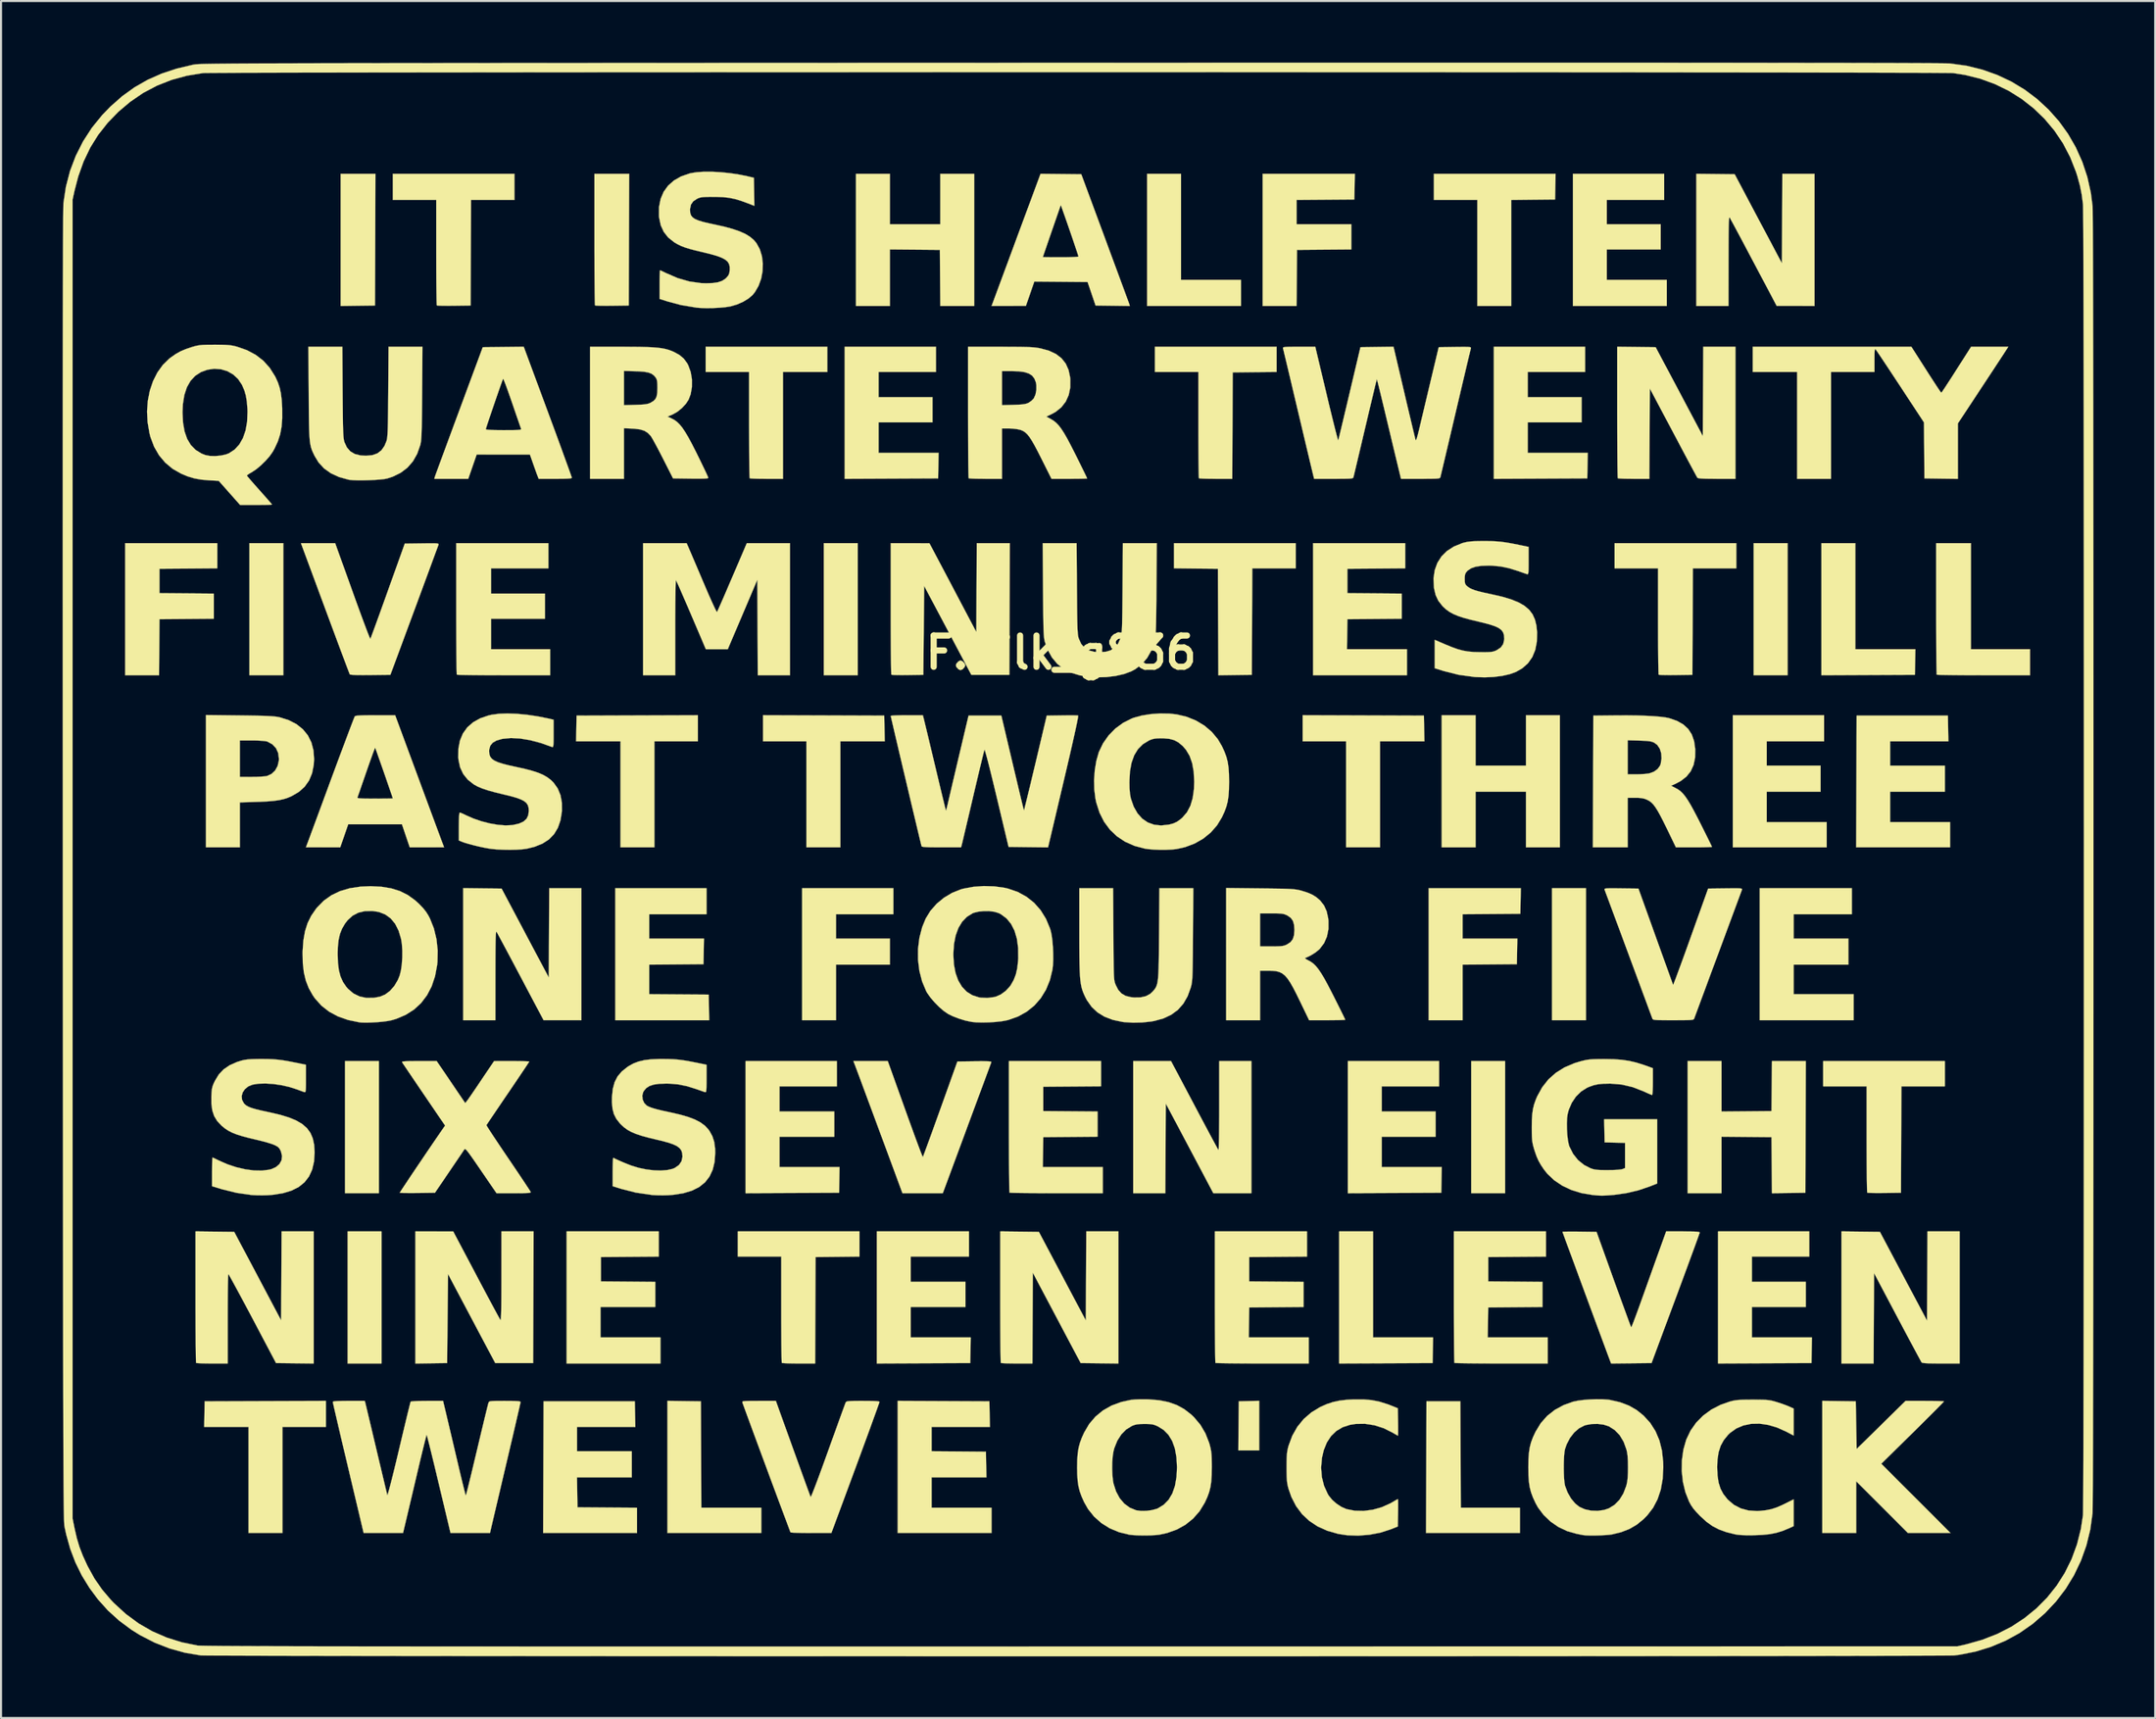
<source format=kicad_pcb>
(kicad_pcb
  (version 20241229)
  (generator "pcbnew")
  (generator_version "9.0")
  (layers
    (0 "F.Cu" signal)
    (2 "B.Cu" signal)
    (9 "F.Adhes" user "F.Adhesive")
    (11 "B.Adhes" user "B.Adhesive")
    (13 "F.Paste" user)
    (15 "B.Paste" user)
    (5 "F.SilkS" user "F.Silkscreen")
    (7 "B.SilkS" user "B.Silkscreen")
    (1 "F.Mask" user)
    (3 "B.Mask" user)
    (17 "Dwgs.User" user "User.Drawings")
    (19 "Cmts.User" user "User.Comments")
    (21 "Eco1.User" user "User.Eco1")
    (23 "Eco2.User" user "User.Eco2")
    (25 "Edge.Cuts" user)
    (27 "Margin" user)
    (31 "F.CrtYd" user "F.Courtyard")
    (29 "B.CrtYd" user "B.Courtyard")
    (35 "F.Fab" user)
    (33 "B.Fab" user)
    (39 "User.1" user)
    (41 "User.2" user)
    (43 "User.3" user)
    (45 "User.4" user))
  (footprint "F.Silk_g836"
    (layer "F.Cu")
    (at 48.64 28.744)
    (property "Reference" "F.Silk_g836" (at 0 0 0) (layer "F.SilkS") (effects (font (size 1.524 1.524) (thickness 0.3))))
    (attr through_hole)
    (fp_poly (pts (xy -37.888 1.101) (xy -39.539 1.101) (xy -39.539 -5.334) (xy -37.888 -5.334) (xy -37.888 1.101)) (stroke (width 0.01) (type solid)) (fill yes) (layer "F.SilkS"))
    (fp_poly (pts (xy -33.232 26.331) (xy -34.883 26.331) (xy -34.883 19.897) (xy -33.232 19.897) (xy -33.232 26.331)) (stroke (width 0.01) (type solid)) (fill yes) (layer "F.SilkS"))
    (fp_poly (pts (xy -33.105 34.629) (xy -34.756 34.629) (xy -34.756 28.194) (xy -33.105 28.194) (xy -33.105 34.629)) (stroke (width 0.01) (type solid)) (fill yes) (layer "F.SilkS"))
    (fp_poly (pts (xy -9.906 1.101) (xy -11.557 1.101) (xy -11.557 -5.334) (xy -9.906 -5.334) (xy -9.906 1.101)) (stroke (width 0.01) (type solid)) (fill yes) (layer "F.SilkS"))
    (fp_poly (pts (xy 21.632 26.331) (xy 19.981 26.331) (xy 19.981 19.897) (xy 21.632 19.897) (xy 21.632 26.331)) (stroke (width 0.01) (type solid)) (fill yes) (layer "F.SilkS"))
    (fp_poly (pts (xy 25.569 17.907) (xy 23.918 17.907) (xy 23.918 11.472) (xy 25.569 11.472) (xy 25.569 17.907)) (stroke (width 0.01) (type solid)) (fill yes) (layer "F.SilkS"))
    (fp_poly (pts (xy 35.391 1.101) (xy 33.74 1.101) (xy 33.74 -5.334) (xy 35.391 -5.334) (xy 35.391 1.101)) (stroke (width 0.01) (type solid)) (fill yes) (layer "F.SilkS"))
    (fp_poly (pts (xy -33.411 -20.119) (xy -33.422 -16.912) (xy -34.258 -16.901) (xy -35.094 -16.889) (xy -35.094 -23.326) (xy -33.4 -23.326) (xy -33.411 -20.119)) (stroke (width 0.01) (type solid)) (fill yes) (layer "F.SilkS"))
    (fp_poly (pts (xy 5.842 -18.161) (xy 8.763 -18.161) (xy 8.763 -16.891) (xy 4.191 -16.891) (xy 4.191 -23.326) (xy 5.842 -23.326) (xy 5.842 -18.161)) (stroke (width 0.01) (type solid)) (fill yes) (layer "F.SilkS"))
    (fp_poly (pts (xy 9.652 38.862) (xy 8.635 38.862) (xy 8.646 37.666) (xy 8.657 36.47) (xy 9.155 36.458) (xy 9.652 36.446) (xy 9.652 38.862)) (stroke (width 0.01) (type solid)) (fill yes) (layer "F.SilkS"))
    (fp_poly (pts (xy 15.198 33.359) (xy 18.121 33.359) (xy 18.098 34.608) (xy 13.547 34.629) (xy 13.547 28.194) (xy 15.198 28.194) (xy 15.198 33.359)) (stroke (width 0.01) (type solid)) (fill yes) (layer "F.SilkS"))
    (fp_poly (pts (xy 38.693 -0.169) (xy 41.616 -0.169) (xy 41.593 1.079) (xy 37.042 1.101) (xy 37.042 -5.334) (xy 38.693 -5.334) (xy 38.693 -0.169)) (stroke (width 0.01) (type solid)) (fill yes) (layer "F.SilkS"))
    (fp_poly (pts (xy 19.474 41.656) (xy 22.352 41.656) (xy 22.352 42.884) (xy 17.779 42.884) (xy 17.79 39.677) (xy 17.801 36.47) (xy 19.452 36.47) (xy 19.474 41.656)) (stroke (width 0.01) (type solid)) (fill yes) (layer "F.SilkS"))
    (fp_poly (pts (xy -18.362 36.459) (xy -17.547 36.47) (xy -17.536 39.063) (xy -17.525 41.656) (xy -14.605 41.656) (xy -14.605 42.884) (xy -19.177 42.884) (xy -19.177 36.447) (xy -18.362 36.459)) (stroke (width 0.01) (type solid)) (fill yes) (layer "F.SilkS"))
    (fp_poly (pts (xy -17.695 4.318) (xy -19.812 4.318) (xy -19.812 9.483) (xy -21.463 9.483) (xy -21.463 4.318) (xy -23.624 4.318) (xy -23.601 3.069) (xy -17.695 3.047) (xy -17.695 4.318)) (stroke (width 0.01) (type solid)) (fill yes) (layer "F.SilkS"))
    (fp_poly (pts (xy -8.615 3.069) (xy -8.591 4.318) (xy -10.753 4.318) (xy -10.753 9.483) (xy -12.404 9.483) (xy -12.404 4.318) (xy -14.52 4.318) (xy -14.52 3.047) (xy -8.615 3.069)) (stroke (width 0.01) (type solid)) (fill yes) (layer "F.SilkS"))
    (fp_poly (pts (xy 17.674 3.069) (xy 17.698 4.318) (xy 15.536 4.318) (xy 15.536 9.483) (xy 13.885 9.483) (xy 13.885 4.318) (xy 11.769 4.318) (xy 11.769 3.047) (xy 17.674 3.069)) (stroke (width 0.01) (type solid)) (fill yes) (layer "F.SilkS"))
    (fp_poly (pts (xy -35.814 37.719) (xy -37.931 37.719) (xy -37.931 42.884) (xy -39.582 42.884) (xy -39.582 37.719) (xy -41.743 37.719) (xy -41.731 37.095) (xy -41.719 36.47) (xy -35.814 36.448) (xy -35.814 37.719)) (stroke (width 0.01) (type solid)) (fill yes) (layer "F.SilkS"))
    (fp_poly (pts (xy -8.17 12.742) (xy -10.964 12.742) (xy -10.964 13.928) (xy -8.34 13.928) (xy -8.34 15.198) (xy -10.964 15.198) (xy -10.964 17.907) (xy -12.615 17.907) (xy -12.615 11.472) (xy -8.17 11.472) (xy -8.17 12.742)) (stroke (width 0.01) (type solid)) (fill yes) (layer "F.SilkS"))
    (fp_poly (pts (xy 11.43 -4.106) (xy 9.314 -4.106) (xy 9.292 1.079) (xy 7.663 1.102) (xy 7.652 -1.491) (xy 7.641 -4.085) (xy 6.572 -4.096) (xy 5.503 -4.108) (xy 5.503 -5.334) (xy 11.43 -5.334) (xy 11.43 -4.106)) (stroke (width 0.01) (type solid)) (fill yes) (layer "F.SilkS"))
    (fp_poly (pts (xy 24.078 -22.701) (xy 24.067 -22.077) (xy 22.998 -22.066) (xy 21.929 -22.054) (xy 21.929 -16.891) (xy 20.278 -16.891) (xy 20.278 -22.056) (xy 18.161 -22.056) (xy 18.161 -23.326) (xy 24.09 -23.326) (xy 24.078 -22.701)) (stroke (width 0.01) (type solid)) (fill yes) (layer "F.SilkS"))
    (fp_poly (pts (xy 20.193 5.503) (xy 22.648 5.503) (xy 22.648 3.048) (xy 24.299 3.048) (xy 24.299 9.483) (xy 22.648 9.483) (xy 22.648 6.773) (xy 20.193 6.773) (xy 20.193 9.483) (xy 18.542 9.483) (xy 18.542 3.048) (xy 20.193 3.048) (xy 20.193 5.503)) (stroke (width 0.01) (type solid)) (fill yes) (layer "F.SilkS"))
    (fp_poly (pts (xy 22.385 12.097) (xy 22.373 12.721) (xy 19.558 12.743) (xy 19.558 13.928) (xy 22.227 13.928) (xy 22.204 15.177) (xy 20.881 15.188) (xy 19.558 15.199) (xy 19.558 17.907) (xy 17.907 17.907) (xy 17.907 11.472) (xy 22.397 11.472) (xy 22.385 12.097)) (stroke (width 0.01) (type solid)) (fill yes) (layer "F.SilkS"))
    (fp_poly (pts (xy 29.379 -22.056) (xy 26.585 -22.056) (xy 26.585 -20.87) (xy 29.21 -20.87) (xy 29.21 -19.643) (xy 26.585 -19.643) (xy 26.585 -18.161) (xy 29.506 -18.161) (xy 29.506 -16.891) (xy 24.934 -16.891) (xy 24.934 -23.326) (xy 29.379 -23.326) (xy 29.379 -22.056)) (stroke (width 0.01) (type solid)) (fill yes) (layer "F.SilkS"))
    (fp_poly (pts (xy 37.169 4.318) (xy 34.375 4.318) (xy 34.375 5.503) (xy 36.999 5.503) (xy 36.999 6.773) (xy 34.375 6.773) (xy 34.375 8.255) (xy 37.296 8.255) (xy 37.296 9.483) (xy 32.724 9.483) (xy 32.724 3.048) (xy 37.169 3.048) (xy 37.169 4.318)) (stroke (width 0.01) (type solid)) (fill yes) (layer "F.SilkS"))
    (fp_poly (pts (xy 38.523 12.742) (xy 35.687 12.742) (xy 35.687 13.928) (xy 38.354 13.928) (xy 38.354 15.198) (xy 35.687 15.198) (xy 35.687 16.637) (xy 38.608 16.637) (xy 38.608 17.907) (xy 34.036 17.907) (xy 34.036 11.472) (xy 38.523 11.472) (xy 38.523 12.742)) (stroke (width 0.01) (type solid)) (fill yes) (layer "F.SilkS"))
    (fp_poly (pts (xy -19.6 29.421) (xy -22.416 29.443) (xy -22.416 30.628) (xy -21.093 30.639) (xy -19.77 30.651) (xy -19.77 31.877) (xy -22.437 31.877) (xy -22.437 33.359) (xy -19.516 33.359) (xy -19.516 34.629) (xy -24.088 34.629) (xy -24.088 28.194) (xy -19.6 28.194) (xy -19.6 29.421)) (stroke (width 0.01) (type solid)) (fill yes) (layer "F.SilkS"))
    (fp_poly (pts (xy -4.487 29.422) (xy -7.324 29.422) (xy -7.324 30.649) (xy -4.657 30.649) (xy -4.657 31.877) (xy -7.324 31.877) (xy -7.324 33.359) (xy -4.4 33.359) (xy -4.424 34.608) (xy -6.699 34.618) (xy -8.975 34.629) (xy -8.975 28.194) (xy -4.487 28.194) (xy -4.487 29.422)) (stroke (width 0.01) (type solid)) (fill yes) (layer "F.SilkS"))
    (fp_poly (pts (xy 14.299 -22.701) (xy 14.287 -22.077) (xy 12.88 -22.066) (xy 11.472 -22.055) (xy 11.472 -20.87) (xy 14.139 -20.87) (xy 14.139 -19.644) (xy 12.816 -19.633) (xy 11.493 -19.622) (xy 11.471 -16.891) (xy 9.821 -16.891) (xy 9.821 -23.326) (xy 14.311 -23.326) (xy 14.299 -22.701)) (stroke (width 0.01) (type solid)) (fill yes) (layer "F.SilkS"))
    (fp_poly (pts (xy 36.449 29.422) (xy 33.655 29.422) (xy 33.655 30.649) (xy 36.28 30.649) (xy 36.28 31.877) (xy 33.655 31.877) (xy 33.655 33.359) (xy 36.578 33.359) (xy 36.555 34.608) (xy 34.279 34.618) (xy 32.004 34.629) (xy 32.004 28.194) (xy 36.449 28.194) (xy 36.449 29.422)) (stroke (width 0.01) (type solid)) (fill yes) (layer "F.SilkS"))
    (fp_poly (pts (xy 43.225 4.318) (xy 40.386 4.318) (xy 40.386 5.503) (xy 43.053 5.503) (xy 43.053 6.773) (xy 40.386 6.773) (xy 40.386 8.255) (xy 43.307 8.255) (xy 43.307 9.483) (xy 38.734 9.483) (xy 38.745 6.276) (xy 38.756 3.069) (xy 43.201 3.069) (xy 43.225 4.318)) (stroke (width 0.01) (type solid)) (fill yes) (layer "F.SilkS"))
    (fp_poly (pts (xy -41.106 -4.107) (xy -42.513 -4.096) (xy -43.921 -4.085) (xy -43.921 -2.9) (xy -42.598 -2.889) (xy -41.275 -2.877) (xy -41.275 -1.652) (xy -42.598 -1.641) (xy -43.921 -1.63) (xy -43.932 -0.265) (xy -43.943 1.101) (xy -45.593 1.101) (xy -45.593 -5.334) (xy -41.106 -5.334) (xy -41.106 -4.107)) (stroke (width 0.01) (type solid)) (fill yes) (layer "F.SilkS"))
    (fp_poly (pts (xy -20.741 37.719) (xy -23.58 37.719) (xy -23.58 38.904) (xy -20.913 38.904) (xy -20.913 40.174) (xy -23.582 40.174) (xy -23.558 41.635) (xy -22.109 41.646) (xy -20.659 41.657) (xy -20.659 42.884) (xy -25.231 42.884) (xy -25.22 39.677) (xy -25.209 36.47) (xy -20.765 36.47) (xy -20.741 37.719)) (stroke (width 0.01) (type solid)) (fill yes) (layer "F.SilkS"))
    (fp_poly (pts (xy -17.272 12.742) (xy -20.066 12.742) (xy -20.066 13.928) (xy -17.397 13.928) (xy -17.42 15.177) (xy -18.743 15.188) (xy -20.066 15.199) (xy -20.066 16.636) (xy -18.616 16.647) (xy -17.166 16.658) (xy -17.143 17.907) (xy -21.717 17.907) (xy -21.717 11.472) (xy -17.272 11.472) (xy -17.272 12.742)) (stroke (width 0.01) (type solid)) (fill yes) (layer "F.SilkS"))
    (fp_poly (pts (xy -10.922 21.124) (xy -13.716 21.124) (xy -13.716 22.352) (xy -11.049 22.352) (xy -11.049 23.58) (xy -13.716 23.58) (xy -13.716 25.061) (xy -10.793 25.061) (xy -10.804 25.686) (xy -10.816 26.31) (xy -13.092 26.321) (xy -15.367 26.332) (xy -15.367 19.897) (xy -10.922 19.897) (xy -10.922 21.124)) (stroke (width 0.01) (type solid)) (fill yes) (layer "F.SilkS"))
    (fp_poly (pts (xy -8.34 -20.87) (xy -5.884 -20.87) (xy -5.884 -23.326) (xy -4.233 -23.326) (xy -4.233 -16.891) (xy -5.883 -16.891) (xy -5.894 -18.256) (xy -5.905 -19.622) (xy -7.123 -19.633) (xy -8.34 -19.644) (xy -8.34 -16.891) (xy -9.991 -16.891) (xy -9.991 -23.326) (xy -8.34 -23.326) (xy -8.34 -20.87)) (stroke (width 0.01) (type solid)) (fill yes) (layer "F.SilkS"))
    (fp_poly (pts (xy -6.096 -13.674) (xy -8.89 -13.674) (xy -8.89 -12.446) (xy -6.265 -12.446) (xy -6.265 -11.218) (xy -8.89 -11.218) (xy -8.89 -9.737) (xy -5.967 -9.737) (xy -5.978 -9.112) (xy -5.99 -8.488) (xy -8.266 -8.477) (xy -10.541 -8.466) (xy -10.541 -14.901) (xy -6.096 -14.901) (xy -6.096 -13.674)) (stroke (width 0.01) (type solid)) (fill yes) (layer "F.SilkS"))
    (fp_poly (pts (xy 18.415 21.124) (xy 15.621 21.124) (xy 15.621 22.352) (xy 18.246 22.352) (xy 18.246 23.58) (xy 15.621 23.58) (xy 15.621 25.061) (xy 18.544 25.061) (xy 18.533 25.686) (xy 18.521 26.31) (xy 16.245 26.321) (xy 13.97 26.332) (xy 13.97 19.897) (xy 18.415 19.897) (xy 18.415 21.124)) (stroke (width 0.01) (type solid)) (fill yes) (layer "F.SilkS"))
    (fp_poly (pts (xy 25.527 -13.674) (xy 22.733 -13.674) (xy 22.733 -12.446) (xy 25.358 -12.446) (xy 25.358 -11.218) (xy 22.733 -11.218) (xy 22.733 -9.737) (xy 25.656 -9.737) (xy 25.645 -9.112) (xy 25.633 -8.488) (xy 23.357 -8.477) (xy 21.082 -8.466) (xy 21.082 -14.901) (xy 25.527 -14.901) (xy 25.527 -13.674)) (stroke (width 0.01) (type solid)) (fill yes) (layer "F.SilkS"))
    (fp_poly (pts (xy -5.726 36.459) (xy -3.493 36.47) (xy -3.469 37.719) (xy -6.308 37.719) (xy -6.308 38.903) (xy -4.985 38.914) (xy -3.662 38.925) (xy -3.65 39.55) (xy -3.638 40.174) (xy -6.308 40.174) (xy -6.308 41.656) (xy -3.387 41.656) (xy -3.387 42.884) (xy -7.959 42.884) (xy -7.959 36.448) (xy -5.726 36.459)) (stroke (width 0.01) (type solid)) (fill yes) (layer "F.SilkS"))
    (fp_poly (pts (xy 16.764 -4.107) (xy 15.356 -4.096) (xy 13.949 -4.085) (xy 13.949 -2.9) (xy 15.272 -2.889) (xy 16.595 -2.877) (xy 16.595 -1.652) (xy 15.272 -1.641) (xy 13.949 -1.63) (xy 13.926 -0.169) (xy 16.849 -0.169) (xy 16.849 1.101) (xy 12.277 1.101) (xy 12.277 -5.334) (xy 16.764 -5.334) (xy 16.764 -4.107)) (stroke (width 0.01) (type solid)) (fill yes) (layer "F.SilkS"))
    (fp_poly (pts (xy 32.173 22.353) (xy 33.39 22.342) (xy 34.608 22.331) (xy 34.619 21.114) (xy 34.63 19.897) (xy 36.28 19.897) (xy 36.258 26.31) (xy 35.444 26.322) (xy 34.63 26.333) (xy 34.619 24.967) (xy 34.608 23.601) (xy 33.39 23.59) (xy 32.173 23.578) (xy 32.173 26.331) (xy 30.522 26.331) (xy 30.522 19.897) (xy 32.173 19.897) (xy 32.173 22.353)) (stroke (width 0.01) (type solid)) (fill yes) (layer "F.SilkS"))
    (fp_poly (pts (xy -21.05 -20.119) (xy -21.061 -16.912) (xy -21.868 -16.901) (xy -22.121 -16.899) (xy -22.345 -16.9) (xy -22.526 -16.903) (xy -22.65 -16.909) (xy -22.703 -16.918) (xy -22.704 -16.918) (xy -22.709 -16.964) (xy -22.713 -17.088) (xy -22.717 -17.284) (xy -22.721 -17.544) (xy -22.724 -17.863) (xy -22.727 -18.233) (xy -22.73 -18.648) (xy -22.731 -19.102) (xy -22.733 -19.587) (xy -22.733 -20.098) (xy -22.733 -20.137) (xy -22.733 -23.326) (xy -21.039 -23.326) (xy -21.05 -20.119)) (stroke (width 0.01) (type solid)) (fill yes) (layer "F.SilkS"))
    (fp_poly (pts (xy -26.628 -22.056) (xy -28.744 -22.056) (xy -28.765 -16.912) (xy -29.572 -16.901) (xy -29.826 -16.899) (xy -30.05 -16.9) (xy -30.23 -16.903) (xy -30.354 -16.909) (xy -30.408 -16.918) (xy -30.409 -16.918) (xy -30.414 -16.965) (xy -30.419 -17.088) (xy -30.423 -17.282) (xy -30.427 -17.538) (xy -30.431 -17.849) (xy -30.434 -18.208) (xy -30.436 -18.606) (xy -30.437 -19.038) (xy -30.438 -19.495) (xy -30.438 -22.056) (xy -32.554 -22.056) (xy -32.554 -23.326) (xy -26.628 -23.326) (xy -26.628 -22.056)) (stroke (width 0.01) (type solid)) (fill yes) (layer "F.SilkS"))
    (fp_poly (pts (xy -11.388 -13.674) (xy -13.547 -13.674) (xy -13.547 -8.467) (xy -14.344 -8.467) (xy -14.596 -8.468) (xy -14.818 -8.472) (xy -14.996 -8.478) (xy -15.118 -8.486) (xy -15.169 -8.495) (xy -15.169 -8.495) (xy -15.174 -8.541) (xy -15.179 -8.665) (xy -15.184 -8.858) (xy -15.188 -9.114) (xy -15.191 -9.425) (xy -15.194 -9.784) (xy -15.196 -10.184) (xy -15.197 -10.616) (xy -15.198 -11.074) (xy -15.198 -11.098) (xy -15.198 -13.674) (xy -17.314 -13.674) (xy -17.314 -14.901) (xy -11.388 -14.901) (xy -11.388 -13.674)) (stroke (width 0.01) (type solid)) (fill yes) (layer "F.SilkS"))
    (fp_poly (pts (xy 32.893 -4.106) (xy 30.777 -4.106) (xy 30.755 1.079) (xy 29.948 1.091) (xy 29.695 1.093) (xy 29.471 1.092) (xy 29.29 1.088) (xy 29.166 1.082) (xy 29.113 1.074) (xy 29.112 1.073) (xy 29.107 1.027) (xy 29.102 0.903) (xy 29.098 0.71) (xy 29.093 0.453) (xy 29.09 0.142) (xy 29.087 -0.217) (xy 29.085 -0.616) (xy 29.084 -1.049) (xy 29.083 -1.507) (xy 29.083 -1.531) (xy 29.083 -4.106) (xy 26.966 -4.106) (xy 26.966 -5.334) (xy 32.893 -5.334) (xy 32.893 -4.106)) (stroke (width 0.01) (type solid)) (fill yes) (layer "F.SilkS"))
    (fp_poly (pts (xy 43.053 21.124) (xy 40.937 21.124) (xy 40.926 23.717) (xy 40.915 26.31) (xy 40.108 26.322) (xy 39.855 26.324) (xy 39.631 26.323) (xy 39.45 26.319) (xy 39.326 26.313) (xy 39.273 26.304) (xy 39.272 26.304) (xy 39.267 26.258) (xy 39.262 26.134) (xy 39.258 25.94) (xy 39.253 25.684) (xy 39.25 25.373) (xy 39.247 25.014) (xy 39.245 24.614) (xy 39.244 24.182) (xy 39.243 23.723) (xy 39.243 23.7) (xy 39.243 21.124) (xy 37.126 21.124) (xy 37.126 19.897) (xy 43.053 19.897) (xy 43.053 21.124)) (stroke (width 0.01) (type solid)) (fill yes) (layer "F.SilkS"))
    (fp_poly (pts (xy -9.821 29.42) (xy -10.89 29.432) (xy -11.959 29.443) (xy -11.97 32.036) (xy -11.981 34.629) (xy -12.778 34.629) (xy -13.03 34.627) (xy -13.252 34.623) (xy -13.43 34.617) (xy -13.552 34.609) (xy -13.603 34.601) (xy -13.603 34.6) (xy -13.608 34.554) (xy -13.613 34.431) (xy -13.617 34.237) (xy -13.621 33.981) (xy -13.625 33.67) (xy -13.627 33.311) (xy -13.629 32.912) (xy -13.631 32.479) (xy -13.631 32.021) (xy -13.631 31.997) (xy -13.631 29.422) (xy -15.748 29.422) (xy -15.748 28.194) (xy -9.821 28.194) (xy -9.821 29.42)) (stroke (width 0.01) (type solid)) (fill yes) (layer "F.SilkS"))
    (fp_poly (pts (xy 10.499 -13.675) (xy 9.43 -13.664) (xy 8.361 -13.652) (xy 8.35 -11.06) (xy 8.339 -8.467) (xy 7.542 -8.467) (xy 7.29 -8.468) (xy 7.068 -8.472) (xy 6.89 -8.478) (xy 6.768 -8.486) (xy 6.717 -8.495) (xy 6.717 -8.495) (xy 6.712 -8.541) (xy 6.707 -8.665) (xy 6.703 -8.858) (xy 6.699 -9.114) (xy 6.695 -9.425) (xy 6.693 -9.784) (xy 6.691 -10.184) (xy 6.689 -10.616) (xy 6.689 -11.074) (xy 6.689 -11.098) (xy 6.689 -13.674) (xy 4.572 -13.674) (xy 4.572 -14.901) (xy 10.499 -14.901) (xy 10.499 -13.675)) (stroke (width 0.01) (type solid)) (fill yes) (layer "F.SilkS"))
    (fp_poly (pts (xy 44.323 -0.169) (xy 47.202 -0.169) (xy 47.202 1.101) (xy 44.944 1.101) (xy 44.514 1.1) (xy 44.111 1.099) (xy 43.741 1.096) (xy 43.412 1.093) (xy 43.133 1.089) (xy 42.911 1.085) (xy 42.754 1.08) (xy 42.67 1.075) (xy 42.658 1.072) (xy 42.653 1.027) (xy 42.649 0.903) (xy 42.645 0.707) (xy 42.641 0.447) (xy 42.638 0.129) (xy 42.635 -0.241) (xy 42.633 -0.657) (xy 42.631 -1.11) (xy 42.63 -1.595) (xy 42.63 -2.106) (xy 42.63 -2.145) (xy 42.63 -5.334) (xy 44.323 -5.334) (xy 44.323 -0.169)) (stroke (width 0.01) (type solid)) (fill yes) (layer "F.SilkS"))
    (fp_poly (pts (xy 6.494 22.045) (xy 6.703 22.44) (xy 6.901 22.813) (xy 7.084 23.156) (xy 7.249 23.465) (xy 7.392 23.73) (xy 7.509 23.947) (xy 7.596 24.108) (xy 7.651 24.205) (xy 7.668 24.234) (xy 7.675 24.201) (xy 7.682 24.09) (xy 7.688 23.909) (xy 7.694 23.664) (xy 7.698 23.362) (xy 7.701 23.01) (xy 7.704 22.615) (xy 7.705 22.184) (xy 7.705 22.085) (xy 7.705 19.897) (xy 9.271 19.897) (xy 9.271 26.331) (xy 7.417 26.331) (xy 5.101 21.962) (xy 5.079 26.331) (xy 3.514 26.331) (xy 3.514 19.897) (xy 5.357 19.897) (xy 6.494 22.045)) (stroke (width 0.01) (type solid)) (fill yes) (layer "F.SilkS"))
    (fp_poly (pts (xy 38.952 28.204) (xy 39.889 28.215) (xy 41.037 30.379) (xy 42.185 32.543) (xy 42.196 30.369) (xy 42.207 28.194) (xy 43.773 28.194) (xy 43.773 34.629) (xy 42.868 34.629) (xy 42.543 34.627) (xy 42.296 34.623) (xy 42.118 34.615) (xy 42 34.603) (xy 41.936 34.586) (xy 41.921 34.576) (xy 41.894 34.53) (xy 41.832 34.415) (xy 41.737 34.24) (xy 41.613 34.01) (xy 41.465 33.732) (xy 41.295 33.414) (xy 41.108 33.062) (xy 40.906 32.683) (xy 40.741 32.372) (xy 39.603 30.222) (xy 39.592 32.425) (xy 39.581 34.629) (xy 38.015 34.629) (xy 38.015 28.192) (xy 38.952 28.204)) (stroke (width 0.01) (type solid)) (fill yes) (layer "F.SilkS"))
    (fp_poly (pts (xy -1.082 28.215) (xy 1.206 32.533) (xy 1.217 30.364) (xy 1.228 28.194) (xy 2.794 28.194) (xy 2.794 34.63) (xy 1.875 34.619) (xy 0.956 34.608) (xy -0.21 32.407) (xy -1.376 30.206) (xy -1.387 32.417) (xy -1.398 34.629) (xy -2.152 34.629) (xy -2.397 34.627) (xy -2.612 34.623) (xy -2.782 34.617) (xy -2.895 34.609) (xy -2.935 34.6) (xy -2.94 34.555) (xy -2.944 34.431) (xy -2.948 34.235) (xy -2.952 33.975) (xy -2.955 33.657) (xy -2.958 33.287) (xy -2.96 32.871) (xy -2.962 32.418) (xy -2.963 31.933) (xy -2.963 31.422) (xy -2.963 31.382) (xy -2.963 28.192) (xy -1.082 28.215)) (stroke (width 0.01) (type solid)) (fill yes) (layer "F.SilkS"))
    (fp_poly (pts (xy -2.508 -2.127) (xy -2.519 1.079) (xy -4.372 1.079) (xy -5.52 -1.085) (xy -6.668 -3.249) (xy -6.689 -1.085) (xy -6.71 1.079) (xy -7.474 1.091) (xy -7.721 1.093) (xy -7.937 1.092) (xy -8.11 1.088) (xy -8.225 1.081) (xy -8.268 1.073) (xy -8.273 1.027) (xy -8.277 0.903) (xy -8.281 0.708) (xy -8.285 0.447) (xy -8.289 0.129) (xy -8.292 -0.241) (xy -8.294 -0.657) (xy -8.296 -1.11) (xy -8.297 -1.596) (xy -8.297 -2.106) (xy -8.297 -2.145) (xy -8.297 -5.334) (xy -7.355 -5.333) (xy -6.413 -5.331) (xy -4.128 -1.004) (xy -4.117 -3.169) (xy -4.106 -5.334) (xy -2.497 -5.334) (xy -2.508 -2.127)) (stroke (width 0.01) (type solid)) (fill yes) (layer "F.SilkS"))
    (fp_poly (pts (xy 37.899 36.459) (xy 38.714 36.47) (xy 38.735 37.631) (xy 38.756 38.792) (xy 39.949 37.62) (xy 41.141 36.449) (xy 42.076 36.449) (xy 42.347 36.45) (xy 42.587 36.453) (xy 42.784 36.458) (xy 42.927 36.464) (xy 43.002 36.472) (xy 43.011 36.475) (xy 42.981 36.509) (xy 42.897 36.597) (xy 42.764 36.732) (xy 42.588 36.91) (xy 42.374 37.124) (xy 42.128 37.369) (xy 41.856 37.639) (xy 41.563 37.929) (xy 41.484 38.007) (xy 39.956 39.512) (xy 41.642 41.198) (xy 43.328 42.884) (xy 41.254 42.884) (xy 39.995 41.625) (xy 38.735 40.365) (xy 38.735 42.884) (xy 37.084 42.884) (xy 37.084 36.447) (xy 37.899 36.459)) (stroke (width 0.01) (type solid)) (fill yes) (layer "F.SilkS"))
    (fp_poly (pts (xy -28.19 11.482) (xy -27.255 11.493) (xy -26.105 13.661) (xy -24.956 15.828) (xy -24.945 13.65) (xy -24.934 11.472) (xy -23.368 11.472) (xy -23.368 17.907) (xy -25.209 17.905) (xy -26.331 15.784) (xy -26.54 15.391) (xy -26.737 15.018) (xy -26.92 14.675) (xy -27.085 14.366) (xy -27.228 14.099) (xy -27.345 13.882) (xy -27.433 13.72) (xy -27.488 13.622) (xy -27.505 13.594) (xy -27.517 13.594) (xy -27.527 13.633) (xy -27.535 13.715) (xy -27.542 13.846) (xy -27.547 14.032) (xy -27.551 14.278) (xy -27.554 14.589) (xy -27.556 14.972) (xy -27.557 15.43) (xy -27.558 15.716) (xy -27.559 17.907) (xy -29.125 17.907) (xy -29.125 11.471) (xy -28.19 11.482)) (stroke (width 0.01) (type solid)) (fill yes) (layer "F.SilkS"))
    (fp_poly (pts (xy -25.718 34.608) (xy -27.564 34.608) (xy -28.715 32.438) (xy -29.866 30.268) (xy -29.887 32.438) (xy -29.909 34.608) (xy -30.681 34.619) (xy -31.454 34.631) (xy -31.454 28.194) (xy -29.612 28.195) (xy -28.49 30.315) (xy -28.282 30.709) (xy -28.084 31.081) (xy -27.901 31.425) (xy -27.737 31.734) (xy -27.594 32) (xy -27.476 32.218) (xy -27.388 32.379) (xy -27.334 32.478) (xy -27.317 32.506) (xy -27.305 32.506) (xy -27.295 32.468) (xy -27.287 32.386) (xy -27.28 32.255) (xy -27.274 32.069) (xy -27.27 31.824) (xy -27.267 31.513) (xy -27.265 31.131) (xy -27.264 30.674) (xy -27.264 30.385) (xy -27.263 28.194) (xy -25.696 28.194) (xy -25.718 34.608)) (stroke (width 0.01) (type solid)) (fill yes) (layer "F.SilkS"))
    (fp_poly (pts (xy -24.977 -4.106) (xy -27.771 -4.106) (xy -27.771 -2.879) (xy -25.146 -2.879) (xy -25.146 -1.651) (xy -27.771 -1.651) (xy -27.771 -0.169) (xy -24.892 -0.169) (xy -24.892 1.101) (xy -27.15 1.101) (xy -27.579 1.1) (xy -27.983 1.099) (xy -28.353 1.096) (xy -28.682 1.093) (xy -28.961 1.089) (xy -29.183 1.085) (xy -29.34 1.08) (xy -29.424 1.075) (xy -29.436 1.072) (xy -29.44 1.027) (xy -29.445 0.903) (xy -29.449 0.707) (xy -29.452 0.447) (xy -29.456 0.129) (xy -29.458 -0.241) (xy -29.461 -0.657) (xy -29.462 -1.11) (xy -29.464 -1.595) (xy -29.464 -2.106) (xy -29.464 -2.145) (xy -29.464 -5.334) (xy -24.977 -5.334) (xy -24.977 -4.106)) (stroke (width 0.01) (type solid)) (fill yes) (layer "F.SilkS"))
    (fp_poly (pts (xy 31.88 -23.316) (xy 32.815 -23.305) (xy 35.115 -18.967) (xy 35.126 -21.146) (xy 35.137 -23.326) (xy 36.703 -23.326) (xy 36.703 -16.891) (xy 35.782 -16.892) (xy 34.861 -16.892) (xy 33.74 -19.013) (xy 33.531 -19.406) (xy 33.334 -19.779) (xy 33.151 -20.122) (xy 32.986 -20.431) (xy 32.843 -20.698) (xy 32.726 -20.915) (xy 32.638 -21.077) (xy 32.583 -21.175) (xy 32.566 -21.203) (xy 32.554 -21.203) (xy 32.544 -21.165) (xy 32.536 -21.083) (xy 32.529 -20.952) (xy 32.524 -20.766) (xy 32.52 -20.521) (xy 32.517 -20.21) (xy 32.515 -19.828) (xy 32.514 -19.37) (xy 32.513 -19.082) (xy 32.512 -16.891) (xy 30.946 -16.891) (xy 30.946 -23.327) (xy 31.88 -23.316)) (stroke (width 0.01) (type solid)) (fill yes) (layer "F.SilkS"))
    (fp_poly (pts (xy 1.947 21.123) (xy 0.54 21.134) (xy -0.868 21.145) (xy -0.868 22.331) (xy 0.455 22.342) (xy 1.778 22.353) (xy 1.778 23.578) (xy 0.455 23.59) (xy -0.868 23.601) (xy -0.891 25.061) (xy 2.032 25.061) (xy 2.032 26.331) (xy -0.226 26.331) (xy -0.655 26.331) (xy -1.059 26.329) (xy -1.429 26.327) (xy -1.758 26.324) (xy -2.037 26.32) (xy -2.259 26.316) (xy -2.416 26.311) (xy -2.5 26.306) (xy -2.512 26.303) (xy -2.516 26.257) (xy -2.521 26.133) (xy -2.525 25.938) (xy -2.528 25.678) (xy -2.532 25.359) (xy -2.534 24.989) (xy -2.537 24.574) (xy -2.538 24.121) (xy -2.54 23.635) (xy -2.54 23.125) (xy -2.54 23.086) (xy -2.54 19.897) (xy 1.947 19.897) (xy 1.947 21.123)) (stroke (width 0.01) (type solid)) (fill yes) (layer "F.SilkS"))
    (fp_poly (pts (xy 11.98 29.421) (xy 10.573 29.432) (xy 9.165 29.443) (xy 9.165 30.628) (xy 10.488 30.639) (xy 11.811 30.651) (xy 11.811 31.876) (xy 10.488 31.887) (xy 9.165 31.898) (xy 9.142 33.359) (xy 12.065 33.359) (xy 12.065 34.629) (xy 9.807 34.629) (xy 9.378 34.628) (xy 8.974 34.627) (xy 8.604 34.624) (xy 8.275 34.621) (xy 7.996 34.617) (xy 7.774 34.613) (xy 7.617 34.608) (xy 7.533 34.603) (xy 7.521 34.6) (xy 7.517 34.555) (xy 7.512 34.431) (xy 7.508 34.235) (xy 7.505 33.975) (xy 7.501 33.657) (xy 7.499 33.287) (xy 7.496 32.871) (xy 7.495 32.418) (xy 7.493 31.933) (xy 7.493 31.422) (xy 7.493 31.383) (xy 7.493 28.194) (xy 11.98 28.194) (xy 11.98 29.421)) (stroke (width 0.01) (type solid)) (fill yes) (layer "F.SilkS"))
    (fp_poly (pts (xy 23.622 29.421) (xy 22.214 29.432) (xy 20.807 29.443) (xy 20.807 30.628) (xy 22.13 30.639) (xy 23.453 30.651) (xy 23.453 31.876) (xy 22.13 31.887) (xy 20.807 31.898) (xy 20.784 33.359) (xy 23.707 33.359) (xy 23.707 34.629) (xy 21.449 34.629) (xy 21.019 34.628) (xy 20.616 34.627) (xy 20.246 34.624) (xy 19.917 34.621) (xy 19.638 34.617) (xy 19.416 34.613) (xy 19.259 34.608) (xy 19.175 34.603) (xy 19.163 34.6) (xy 19.158 34.555) (xy 19.154 34.431) (xy 19.15 34.235) (xy 19.146 33.975) (xy 19.143 33.657) (xy 19.14 33.287) (xy 19.138 32.871) (xy 19.136 32.418) (xy 19.135 31.933) (xy 19.135 31.422) (xy 19.135 31.383) (xy 19.135 28.194) (xy 23.622 28.194) (xy 23.622 29.421)) (stroke (width 0.01) (type solid)) (fill yes) (layer "F.SilkS"))
    (fp_poly (pts (xy 28.03 -14.892) (xy 28.966 -14.88) (xy 31.263 -10.55) (xy 31.274 -12.726) (xy 31.285 -14.901) (xy 32.851 -14.901) (xy 32.851 -8.467) (xy 31.946 -8.467) (xy 31.621 -8.468) (xy 31.374 -8.473) (xy 31.195 -8.481) (xy 31.078 -8.493) (xy 31.014 -8.509) (xy 30.999 -8.52) (xy 30.972 -8.566) (xy 30.909 -8.68) (xy 30.814 -8.856) (xy 30.691 -9.085) (xy 30.542 -9.363) (xy 30.372 -9.681) (xy 30.185 -10.033) (xy 29.984 -10.412) (xy 29.819 -10.722) (xy 28.681 -12.872) (xy 28.67 -10.669) (xy 28.659 -8.467) (xy 27.904 -8.467) (xy 27.66 -8.468) (xy 27.445 -8.472) (xy 27.274 -8.479) (xy 27.162 -8.487) (xy 27.122 -8.495) (xy 27.117 -8.541) (xy 27.113 -8.665) (xy 27.109 -8.86) (xy 27.105 -9.12) (xy 27.102 -9.439) (xy 27.099 -9.809) (xy 27.097 -10.224) (xy 27.095 -10.677) (xy 27.094 -11.163) (xy 27.093 -11.673) (xy 27.093 -11.713) (xy 27.093 -14.903) (xy 28.03 -14.892)) (stroke (width 0.01) (type solid)) (fill yes) (layer "F.SilkS"))
    (fp_poly (pts (xy -41.222 28.204) (xy -40.28 28.215) (xy -39.137 30.372) (xy -37.994 32.529) (xy -37.983 30.362) (xy -37.972 28.194) (xy -36.407 28.194) (xy -36.407 34.63) (xy -37.324 34.619) (xy -38.242 34.608) (xy -39.388 32.439) (xy -39.598 32.044) (xy -39.796 31.672) (xy -39.979 31.329) (xy -40.144 31.023) (xy -40.287 30.76) (xy -40.404 30.547) (xy -40.492 30.39) (xy -40.548 30.295) (xy -40.566 30.27) (xy -40.572 30.31) (xy -40.578 30.428) (xy -40.583 30.614) (xy -40.588 30.862) (xy -40.592 31.162) (xy -40.595 31.508) (xy -40.597 31.891) (xy -40.598 32.303) (xy -40.598 32.449) (xy -40.598 34.629) (xy -41.353 34.629) (xy -41.597 34.627) (xy -41.812 34.623) (xy -41.983 34.617) (xy -42.096 34.609) (xy -42.136 34.6) (xy -42.14 34.555) (xy -42.145 34.431) (xy -42.149 34.235) (xy -42.152 33.975) (xy -42.156 33.657) (xy -42.158 33.287) (xy -42.161 32.871) (xy -42.162 32.418) (xy -42.164 31.933) (xy -42.164 31.422) (xy -42.164 31.382) (xy -42.164 28.192) (xy -41.222 28.204)) (stroke (width 0.01) (type solid)) (fill yes) (layer "F.SilkS"))
    (fp_poly (pts (xy -18.144 -5.112) (xy -18.106 -5.022) (xy -18.038 -4.865) (xy -17.947 -4.651) (xy -17.835 -4.389) (xy -17.708 -4.091) (xy -17.57 -3.766) (xy -17.425 -3.424) (xy -17.421 -3.416) (xy -17.28 -3.087) (xy -17.149 -2.785) (xy -17.03 -2.519) (xy -16.929 -2.297) (xy -16.848 -2.127) (xy -16.792 -2.017) (xy -16.764 -1.976) (xy -16.763 -1.976) (xy -16.74 -2.022) (xy -16.687 -2.136) (xy -16.609 -2.313) (xy -16.508 -2.542) (xy -16.388 -2.817) (xy -16.254 -3.128) (xy -16.108 -3.469) (xy -16.02 -3.672) (xy -15.31 -5.334) (xy -13.208 -5.334) (xy -13.208 1.101) (xy -14.774 1.101) (xy -14.785 -1.228) (xy -14.796 -3.556) (xy -16.235 -0.17) (xy -16.77 -0.17) (xy -17.305 -0.169) (xy -18.015 -1.831) (xy -18.166 -2.184) (xy -18.308 -2.514) (xy -18.437 -2.811) (xy -18.549 -3.068) (xy -18.641 -3.277) (xy -18.71 -3.429) (xy -18.751 -3.515) (xy -18.76 -3.533) (xy -18.767 -3.499) (xy -18.773 -3.389) (xy -18.779 -3.208) (xy -18.784 -2.966) (xy -18.788 -2.668) (xy -18.792 -2.323) (xy -18.794 -1.938) (xy -18.796 -1.521) (xy -18.796 -1.236) (xy -18.796 1.101) (xy -20.362 1.101) (xy -20.362 -5.334) (xy -18.241 -5.334) (xy -18.144 -5.112)) (stroke (width 0.01) (type solid)) (fill yes) (layer "F.SilkS"))
    (fp_poly (pts (xy 45.959 -14.616) (xy 45.897 -14.52) (xy 45.793 -14.362) (xy 45.655 -14.152) (xy 45.488 -13.897) (xy 45.298 -13.608) (xy 45.09 -13.292) (xy 44.87 -12.959) (xy 44.731 -12.749) (xy 43.688 -11.168) (xy 43.688 -8.465) (xy 42.873 -8.476) (xy 42.058 -8.488) (xy 42.047 -9.852) (xy 42.036 -11.216) (xy 40.889 -12.964) (xy 40.66 -13.31) (xy 40.445 -13.637) (xy 40.247 -13.936) (xy 40.071 -14.2) (xy 39.923 -14.423) (xy 39.805 -14.597) (xy 39.724 -14.715) (xy 39.685 -14.771) (xy 39.683 -14.773) (xy 39.659 -14.787) (xy 39.643 -14.765) (xy 39.632 -14.696) (xy 39.626 -14.568) (xy 39.624 -14.372) (xy 39.624 -14.254) (xy 39.624 -13.674) (xy 37.507 -13.674) (xy 37.507 -8.467) (xy 35.856 -8.467) (xy 35.856 -13.674) (xy 33.697 -13.674) (xy 33.697 -14.901) (xy 37.56 -14.901) (xy 41.423 -14.901) (xy 42.139 -13.779) (xy 42.315 -13.504) (xy 42.477 -13.254) (xy 42.619 -13.036) (xy 42.736 -12.86) (xy 42.822 -12.735) (xy 42.871 -12.668) (xy 42.88 -12.659) (xy 42.908 -12.693) (xy 42.975 -12.791) (xy 43.077 -12.943) (xy 43.206 -13.141) (xy 43.359 -13.376) (xy 43.528 -13.64) (xy 43.617 -13.781) (xy 44.33 -14.901) (xy 46.143 -14.901) (xy 45.959 -14.616)) (stroke (width 0.01) (type solid)) (fill yes) (layer "F.SilkS"))
    (fp_poly (pts (xy -34.519 -2.986) (xy -34.367 -2.563) (xy -34.222 -2.165) (xy -34.088 -1.799) (xy -33.967 -1.473) (xy -33.862 -1.193) (xy -33.775 -0.965) (xy -33.708 -0.798) (xy -33.666 -0.697) (xy -33.649 -0.669) (xy -33.63 -0.713) (xy -33.586 -0.83) (xy -33.518 -1.012) (xy -33.429 -1.253) (xy -33.323 -1.545) (xy -33.201 -1.881) (xy -33.067 -2.254) (xy -32.922 -2.656) (xy -32.797 -3.006) (xy -31.972 -5.313) (xy -31.138 -5.324) (xy -30.853 -5.328) (xy -30.642 -5.329) (xy -30.495 -5.327) (xy -30.4 -5.321) (xy -30.348 -5.309) (xy -30.327 -5.292) (xy -30.327 -5.267) (xy -30.33 -5.255) (xy -30.348 -5.203) (xy -30.394 -5.079) (xy -30.465 -4.887) (xy -30.558 -4.634) (xy -30.671 -4.327) (xy -30.802 -3.971) (xy -30.949 -3.573) (xy -31.109 -3.14) (xy -31.281 -2.676) (xy -31.461 -2.189) (xy -31.514 -2.047) (xy -32.672 1.079) (xy -33.647 1.091) (xy -34.014 1.093) (xy -34.297 1.091) (xy -34.497 1.083) (xy -34.615 1.071) (xy -34.651 1.057) (xy -34.669 1.011) (xy -34.715 0.892) (xy -34.786 0.706) (xy -34.879 0.458) (xy -34.992 0.155) (xy -35.124 -0.197) (xy -35.271 -0.592) (xy -35.432 -1.024) (xy -35.604 -1.487) (xy -35.785 -1.975) (xy -35.854 -2.161) (xy -37.03 -5.334) (xy -35.362 -5.334) (xy -34.519 -2.986)) (stroke (width 0.01) (type solid)) (fill yes) (layer "F.SilkS"))
    (fp_poly (pts (xy -40.016 3.058) (xy -39.578 3.064) (xy -39.217 3.07) (xy -38.921 3.077) (xy -38.682 3.085) (xy -38.491 3.095) (xy -38.339 3.108) (xy -38.215 3.122) (xy -38.111 3.14) (xy -38.058 3.152) (xy -37.621 3.29) (xy -37.247 3.484) (xy -36.938 3.731) (xy -36.695 4.028) (xy -36.522 4.372) (xy -36.42 4.761) (xy -36.39 5.191) (xy -36.408 5.472) (xy -36.489 5.877) (xy -36.635 6.228) (xy -36.848 6.528) (xy -37.13 6.781) (xy -37.484 6.989) (xy -37.49 6.991) (xy -37.679 7.072) (xy -37.876 7.135) (xy -38.096 7.183) (xy -38.354 7.219) (xy -38.662 7.245) (xy -39.037 7.264) (xy -39.169 7.268) (xy -40.005 7.294) (xy -40.005 9.483) (xy -41.656 9.483) (xy -41.656 4.276) (xy -40.005 4.276) (xy -40.005 6.054) (xy -39.423 6.053) (xy -39.194 6.05) (xy -38.983 6.041) (xy -38.809 6.028) (xy -38.696 6.013) (xy -38.683 6.009) (xy -38.461 5.906) (xy -38.286 5.739) (xy -38.165 5.52) (xy -38.106 5.261) (xy -38.102 5.165) (xy -38.138 4.886) (xy -38.245 4.651) (xy -38.418 4.466) (xy -38.652 4.337) (xy -38.688 4.324) (xy -38.785 4.306) (xy -38.946 4.291) (xy -39.151 4.28) (xy -39.38 4.276) (xy -39.419 4.276) (xy -40.005 4.276) (xy -41.656 4.276) (xy -41.656 3.038) (xy -40.016 3.058)) (stroke (width 0.01) (type solid)) (fill yes) (layer "F.SilkS"))
    (fp_poly (pts (xy -7.6 22.245) (xy -7.448 22.669) (xy -7.303 23.067) (xy -7.169 23.434) (xy -7.049 23.761) (xy -6.944 24.042) (xy -6.858 24.27) (xy -6.792 24.439) (xy -6.75 24.541) (xy -6.734 24.571) (xy -6.716 24.528) (xy -6.672 24.412) (xy -6.605 24.231) (xy -6.517 23.992) (xy -6.411 23.701) (xy -6.289 23.366) (xy -6.155 22.993) (xy -6.01 22.591) (xy -5.881 22.233) (xy -5.051 19.918) (xy -4.214 19.906) (xy -3.918 19.903) (xy -3.699 19.904) (xy -3.546 19.908) (xy -3.45 19.917) (xy -3.404 19.931) (xy -3.397 19.949) (xy -3.415 19.996) (xy -3.46 20.117) (xy -3.529 20.304) (xy -3.621 20.552) (xy -3.732 20.854) (xy -3.862 21.203) (xy -4.006 21.593) (xy -4.164 22.019) (xy -4.332 22.473) (xy -4.499 22.924) (xy -4.677 23.405) (xy -4.849 23.868) (xy -5.011 24.306) (xy -5.162 24.713) (xy -5.298 25.08) (xy -5.417 25.402) (xy -5.517 25.671) (xy -5.595 25.88) (xy -5.648 26.023) (xy -5.672 26.088) (xy -5.763 26.331) (xy -7.727 26.331) (xy -8.866 23.252) (xy -9.048 22.761) (xy -9.222 22.29) (xy -9.387 21.847) (xy -9.539 21.437) (xy -9.676 21.067) (xy -9.796 20.744) (xy -9.897 20.473) (xy -9.977 20.261) (xy -10.032 20.114) (xy -10.06 20.04) (xy -10.062 20.034) (xy -10.119 19.897) (xy -8.443 19.897) (xy -7.6 22.245)) (stroke (width 0.01) (type solid)) (fill yes) (layer "F.SilkS"))
    (fp_poly (pts (xy -0.008 -23.316) (xy 0.984 -23.305) (xy 2.137 -20.193) (xy 2.319 -19.701) (xy 2.493 -19.23) (xy 2.657 -18.788) (xy 2.808 -18.379) (xy 2.944 -18.01) (xy 3.063 -17.689) (xy 3.162 -17.42) (xy 3.239 -17.21) (xy 3.292 -17.065) (xy 3.318 -16.992) (xy 3.32 -16.985) (xy 3.351 -16.889) (xy 2.516 -16.901) (xy 1.681 -16.912) (xy 1.486 -17.484) (xy 1.291 -18.055) (xy -1.304 -18.078) (xy -1.509 -17.485) (xy -1.714 -16.892) (xy -3.386 -16.891) (xy -3.286 -17.156) (xy -3.256 -17.238) (xy -3.198 -17.393) (xy -3.116 -17.614) (xy -3.013 -17.893) (xy -2.89 -18.224) (xy -2.751 -18.6) (xy -2.597 -19.013) (xy -2.502 -19.272) (xy -0.888 -19.272) (xy -0.848 -19.269) (xy -0.736 -19.266) (xy -0.564 -19.264) (xy -0.345 -19.262) (xy -0.092 -19.262) (xy -0.021 -19.262) (xy 0.24 -19.263) (xy 0.469 -19.268) (xy 0.654 -19.275) (xy 0.784 -19.284) (xy 0.844 -19.295) (xy 0.847 -19.298) (xy 0.833 -19.347) (xy 0.796 -19.464) (xy 0.739 -19.637) (xy 0.665 -19.856) (xy 0.58 -20.109) (xy 0.486 -20.384) (xy 0.387 -20.67) (xy 0.289 -20.954) (xy 0.194 -21.226) (xy 0.12 -21.435) (xy -0.013 -21.81) (xy -0.451 -20.546) (xy -0.558 -20.237) (xy -0.655 -19.954) (xy -0.74 -19.708) (xy -0.809 -19.508) (xy -0.858 -19.364) (xy -0.885 -19.284) (xy -0.888 -19.272) (xy -2.502 -19.272) (xy -2.433 -19.458) (xy -2.259 -19.927) (xy -2.094 -20.374) (xy -1 -23.327) (xy -0.008 -23.316)) (stroke (width 0.01) (type solid)) (fill yes) (layer "F.SilkS"))
    (fp_poly (pts (xy 30.593 28.195) (xy 30.814 28.199) (xy 30.968 28.207) (xy 31.062 28.219) (xy 31.106 28.235) (xy 31.112 28.247) (xy 31.097 28.294) (xy 31.055 28.414) (xy 30.988 28.602) (xy 30.898 28.85) (xy 30.787 29.154) (xy 30.657 29.506) (xy 30.512 29.902) (xy 30.353 30.333) (xy 30.181 30.796) (xy 30.001 31.283) (xy 29.937 31.454) (xy 28.765 34.608) (xy 27.78 34.619) (xy 26.795 34.63) (xy 26.759 34.534) (xy 26.709 34.4) (xy 26.635 34.203) (xy 26.542 33.951) (xy 26.43 33.65) (xy 26.304 33.309) (xy 26.165 32.935) (xy 26.017 32.534) (xy 25.861 32.113) (xy 25.702 31.682) (xy 25.541 31.245) (xy 25.381 30.812) (xy 25.224 30.388) (xy 25.075 29.981) (xy 24.934 29.599) (xy 24.805 29.249) (xy 24.69 28.938) (xy 24.593 28.673) (xy 24.516 28.461) (xy 24.461 28.311) (xy 24.431 28.228) (xy 24.426 28.214) (xy 24.467 28.208) (xy 24.579 28.204) (xy 24.75 28.201) (xy 24.967 28.201) (xy 25.218 28.203) (xy 25.256 28.204) (xy 26.085 28.215) (xy 26.917 30.53) (xy 27.069 30.952) (xy 27.213 31.35) (xy 27.346 31.717) (xy 27.466 32.045) (xy 27.569 32.328) (xy 27.654 32.559) (xy 27.718 32.73) (xy 27.758 32.835) (xy 27.771 32.866) (xy 27.791 32.834) (xy 27.835 32.732) (xy 27.898 32.571) (xy 27.978 32.361) (xy 28.07 32.112) (xy 28.16 31.864) (xy 28.273 31.55) (xy 28.406 31.179) (xy 28.552 30.771) (xy 28.703 30.349) (xy 28.851 29.935) (xy 28.989 29.55) (xy 29.001 29.517) (xy 29.476 28.194) (xy 30.295 28.194) (xy 30.593 28.195)) (stroke (width 0.01) (type solid)) (fill yes) (layer "F.SilkS"))
    (fp_poly (pts (xy 0.772 -3.122) (xy 0.776 -2.625) (xy 0.779 -2.205) (xy 0.783 -1.855) (xy 0.788 -1.567) (xy 0.794 -1.335) (xy 0.8 -1.15) (xy 0.809 -1.006) (xy 0.819 -0.895) (xy 0.831 -0.809) (xy 0.845 -0.742) (xy 0.86 -0.69) (xy 0.976 -0.433) (xy 1.133 -0.242) (xy 1.34 -0.114) (xy 1.603 -0.043) (xy 1.863 -0.024) (xy 2.176 -0.045) (xy 2.428 -0.118) (xy 2.626 -0.249) (xy 2.78 -0.445) (xy 2.9 -0.711) (xy 2.909 -0.737) (xy 2.925 -0.794) (xy 2.939 -0.865) (xy 2.95 -0.956) (xy 2.96 -1.075) (xy 2.968 -1.229) (xy 2.975 -1.426) (xy 2.98 -1.674) (xy 2.985 -1.979) (xy 2.989 -2.348) (xy 2.993 -2.79) (xy 2.996 -3.143) (xy 3.011 -5.334) (xy 4.662 -5.334) (xy 4.645 -3.08) (xy 4.642 -2.573) (xy 4.637 -2.144) (xy 4.633 -1.784) (xy 4.628 -1.487) (xy 4.622 -1.245) (xy 4.614 -1.051) (xy 4.606 -0.896) (xy 4.595 -0.775) (xy 4.583 -0.679) (xy 4.568 -0.601) (xy 4.557 -0.554) (xy 4.406 -0.122) (xy 4.198 0.25) (xy 3.936 0.558) (xy 3.619 0.802) (xy 3.421 0.909) (xy 3.068 1.041) (xy 2.657 1.135) (xy 2.208 1.19) (xy 1.742 1.203) (xy 1.418 1.185) (xy 0.925 1.11) (xy 0.494 0.979) (xy 0.123 0.79) (xy -0.19 0.54) (xy -0.448 0.229) (xy -0.652 -0.145) (xy -0.79 -0.529) (xy -0.806 -0.594) (xy -0.82 -0.669) (xy -0.832 -0.764) (xy -0.842 -0.884) (xy -0.85 -1.038) (xy -0.857 -1.232) (xy -0.862 -1.475) (xy -0.867 -1.773) (xy -0.871 -2.134) (xy -0.875 -2.566) (xy -0.879 -3.059) (xy -0.894 -5.334) (xy 0.757 -5.334) (xy 0.772 -3.122)) (stroke (width 0.01) (type solid)) (fill yes) (layer "F.SilkS"))
    (fp_poly (pts (xy -35 -12.689) (xy -34.996 -12.193) (xy -34.992 -11.773) (xy -34.988 -11.423) (xy -34.984 -11.136) (xy -34.978 -10.904) (xy -34.971 -10.719) (xy -34.963 -10.575) (xy -34.953 -10.464) (xy -34.941 -10.378) (xy -34.927 -10.31) (xy -34.911 -10.255) (xy -34.792 -9.999) (xy -34.626 -9.808) (xy -34.407 -9.678) (xy -34.131 -9.608) (xy -33.86 -9.592) (xy -33.553 -9.621) (xy -33.306 -9.708) (xy -33.11 -9.857) (xy -32.959 -10.073) (xy -32.863 -10.304) (xy -32.847 -10.361) (xy -32.833 -10.432) (xy -32.821 -10.523) (xy -32.812 -10.642) (xy -32.804 -10.797) (xy -32.797 -10.994) (xy -32.791 -11.241) (xy -32.787 -11.546) (xy -32.782 -11.916) (xy -32.779 -12.358) (xy -32.776 -12.711) (xy -32.761 -14.901) (xy -31.11 -14.901) (xy -31.126 -12.647) (xy -31.13 -12.141) (xy -31.134 -11.712) (xy -31.139 -11.352) (xy -31.144 -11.055) (xy -31.15 -10.814) (xy -31.157 -10.619) (xy -31.166 -10.465) (xy -31.176 -10.344) (xy -31.189 -10.247) (xy -31.203 -10.169) (xy -31.215 -10.12) (xy -31.366 -9.689) (xy -31.576 -9.319) (xy -31.845 -9.01) (xy -32.174 -8.761) (xy -32.564 -8.57) (xy -32.83 -8.483) (xy -32.975 -8.456) (xy -33.184 -8.433) (xy -33.438 -8.415) (xy -33.716 -8.402) (xy -33.998 -8.395) (xy -34.264 -8.395) (xy -34.493 -8.403) (xy -34.666 -8.418) (xy -34.71 -8.426) (xy -35.172 -8.555) (xy -35.568 -8.737) (xy -35.899 -8.972) (xy -36.168 -9.262) (xy -36.366 -9.588) (xy -36.422 -9.705) (xy -36.47 -9.809) (xy -36.51 -9.911) (xy -36.543 -10.017) (xy -36.569 -10.135) (xy -36.591 -10.273) (xy -36.608 -10.439) (xy -36.62 -10.641) (xy -36.63 -10.886) (xy -36.637 -11.181) (xy -36.642 -11.536) (xy -36.646 -11.958) (xy -36.649 -12.454) (xy -36.65 -12.626) (xy -36.666 -14.901) (xy -35.014 -14.901) (xy -35 -12.689)) (stroke (width 0.01) (type solid)) (fill yes) (layer "F.SilkS"))
    (fp_poly (pts (xy 2.549 13.705) (xy 2.552 14.197) (xy 2.555 14.612) (xy 2.558 14.957) (xy 2.561 15.239) (xy 2.566 15.467) (xy 2.571 15.647) (xy 2.578 15.788) (xy 2.587 15.896) (xy 2.599 15.979) (xy 2.612 16.045) (xy 2.629 16.1) (xy 2.649 16.153) (xy 2.658 16.178) (xy 2.784 16.424) (xy 2.942 16.601) (xy 3.143 16.718) (xy 3.401 16.782) (xy 3.561 16.797) (xy 3.878 16.792) (xy 4.136 16.733) (xy 4.347 16.616) (xy 4.461 16.51) (xy 4.523 16.44) (xy 4.575 16.373) (xy 4.619 16.302) (xy 4.655 16.219) (xy 4.685 16.118) (xy 4.709 15.99) (xy 4.727 15.829) (xy 4.741 15.628) (xy 4.751 15.379) (xy 4.759 15.075) (xy 4.765 14.709) (xy 4.769 14.274) (xy 4.773 13.763) (xy 4.774 13.684) (xy 4.79 11.472) (xy 6.44 11.472) (xy 6.425 13.727) (xy 6.421 14.223) (xy 6.418 14.642) (xy 6.414 14.993) (xy 6.41 15.281) (xy 6.405 15.516) (xy 6.399 15.705) (xy 6.391 15.856) (xy 6.381 15.976) (xy 6.37 16.074) (xy 6.355 16.156) (xy 6.339 16.232) (xy 6.318 16.307) (xy 6.317 16.312) (xy 6.163 16.737) (xy 5.955 17.099) (xy 5.691 17.399) (xy 5.369 17.638) (xy 4.988 17.818) (xy 4.544 17.941) (xy 4.372 17.971) (xy 3.945 18.016) (xy 3.508 18.026) (xy 3.098 18.001) (xy 2.986 17.987) (xy 2.52 17.888) (xy 2.118 17.735) (xy 1.776 17.525) (xy 1.49 17.257) (xy 1.258 16.928) (xy 1.184 16.788) (xy 1.123 16.659) (xy 1.071 16.536) (xy 1.027 16.41) (xy 0.991 16.275) (xy 0.962 16.122) (xy 0.938 15.944) (xy 0.921 15.732) (xy 0.908 15.479) (xy 0.899 15.177) (xy 0.893 14.819) (xy 0.89 14.396) (xy 0.889 13.9) (xy 0.889 13.583) (xy 0.889 11.472) (xy 2.535 11.472) (xy 2.549 13.705)) (stroke (width 0.01) (type solid)) (fill yes) (layer "F.SilkS"))
    (fp_poly (pts (xy 33.697 36.39) (xy 33.98 36.391) (xy 34.196 36.395) (xy 34.362 36.403) (xy 34.498 36.418) (xy 34.619 36.44) (xy 34.744 36.472) (xy 34.861 36.507) (xy 35.062 36.572) (xy 35.262 36.643) (xy 35.426 36.707) (xy 35.465 36.724) (xy 35.687 36.825) (xy 35.687 38.137) (xy 35.338 37.953) (xy 34.89 37.751) (xy 34.45 37.62) (xy 34.023 37.559) (xy 33.617 37.567) (xy 33.239 37.645) (xy 32.895 37.791) (xy 32.592 38.006) (xy 32.491 38.104) (xy 32.283 38.359) (xy 32.131 38.637) (xy 32.03 38.951) (xy 31.975 39.316) (xy 31.962 39.673) (xy 31.978 40.083) (xy 32.03 40.428) (xy 32.123 40.725) (xy 32.262 40.987) (xy 32.452 41.229) (xy 32.491 41.271) (xy 32.781 41.516) (xy 33.115 41.689) (xy 33.49 41.79) (xy 33.902 41.818) (xy 34.036 41.811) (xy 34.337 41.778) (xy 34.6 41.725) (xy 34.856 41.642) (xy 35.136 41.52) (xy 35.253 41.463) (xy 35.687 41.246) (xy 35.687 42.55) (xy 35.449 42.659) (xy 35.142 42.785) (xy 34.84 42.877) (xy 34.52 42.94) (xy 34.16 42.977) (xy 33.803 42.992) (xy 33.456 42.996) (xy 33.18 42.988) (xy 32.962 42.969) (xy 32.835 42.948) (xy 32.412 42.843) (xy 32.052 42.713) (xy 31.733 42.547) (xy 31.436 42.335) (xy 31.139 42.064) (xy 31.135 42.06) (xy 30.94 41.857) (xy 30.796 41.686) (xy 30.685 41.523) (xy 30.595 41.357) (xy 30.413 40.896) (xy 30.293 40.394) (xy 30.236 39.87) (xy 30.244 39.341) (xy 30.316 38.826) (xy 30.454 38.341) (xy 30.461 38.324) (xy 30.667 37.894) (xy 30.943 37.505) (xy 31.283 37.163) (xy 31.681 36.872) (xy 32.129 36.64) (xy 32.575 36.484) (xy 32.71 36.449) (xy 32.839 36.424) (xy 32.98 36.407) (xy 33.151 36.397) (xy 33.368 36.392) (xy 33.649 36.39) (xy 33.697 36.39)) (stroke (width 0.01) (type solid)) (fill yes) (layer "F.SilkS"))
    (fp_poly (pts (xy -25.005 -11.738) (xy -24.822 -11.243) (xy -24.647 -10.77) (xy -24.484 -10.326) (xy -24.334 -9.917) (xy -24.2 -9.548) (xy -24.083 -9.226) (xy -23.985 -8.957) (xy -23.91 -8.747) (xy -23.86 -8.602) (xy -23.835 -8.528) (xy -23.833 -8.52) (xy -23.854 -8.5) (xy -23.92 -8.486) (xy -24.041 -8.476) (xy -24.226 -8.47) (xy -24.482 -8.467) (xy -24.64 -8.467) (xy -25.447 -8.467) (xy -25.501 -8.604) (xy -25.538 -8.7) (xy -25.593 -8.854) (xy -25.66 -9.041) (xy -25.715 -9.197) (xy -25.875 -9.652) (xy -27.172 -9.652) (xy -28.469 -9.651) (xy -28.88 -8.467) (xy -30.532 -8.467) (xy -30.506 -8.562) (xy -30.488 -8.616) (xy -30.442 -8.743) (xy -30.371 -8.937) (xy -30.278 -9.191) (xy -30.165 -9.5) (xy -30.033 -9.858) (xy -29.886 -10.256) (xy -29.725 -10.691) (xy -29.655 -10.88) (xy -28.025 -10.88) (xy -27.983 -10.864) (xy -27.861 -10.852) (xy -27.661 -10.843) (xy -27.389 -10.838) (xy -27.152 -10.837) (xy -26.858 -10.838) (xy -26.638 -10.84) (xy -26.482 -10.845) (xy -26.381 -10.854) (xy -26.325 -10.866) (xy -26.303 -10.883) (xy -26.305 -10.902) (xy -26.324 -10.957) (xy -26.368 -11.082) (xy -26.431 -11.266) (xy -26.512 -11.498) (xy -26.605 -11.769) (xy -26.707 -12.067) (xy -26.743 -12.171) (xy -26.847 -12.47) (xy -26.943 -12.741) (xy -27.027 -12.973) (xy -27.097 -13.156) (xy -27.148 -13.282) (xy -27.177 -13.341) (xy -27.181 -13.344) (xy -27.202 -13.297) (xy -27.244 -13.182) (xy -27.306 -13.011) (xy -27.381 -12.796) (xy -27.467 -12.549) (xy -27.559 -12.283) (xy -27.653 -12.008) (xy -27.745 -11.739) (xy -27.83 -11.486) (xy -27.905 -11.262) (xy -27.965 -11.079) (xy -28.006 -10.949) (xy -28.024 -10.884) (xy -28.025 -10.88) (xy -29.655 -10.88) (xy -29.554 -11.155) (xy -29.373 -11.642) (xy -29.326 -11.769) (xy -28.172 -14.88) (xy -26.176 -14.903) (xy -25.005 -11.738)) (stroke (width 0.01) (type solid)) (fill yes) (layer "F.SilkS"))
    (fp_poly (pts (xy 28.044 3.061) (xy 28.483 3.075) (xy 28.871 3.096) (xy 29.199 3.124) (xy 29.46 3.158) (xy 29.619 3.191) (xy 30 3.323) (xy 30.31 3.498) (xy 30.55 3.718) (xy 30.725 3.988) (xy 30.838 4.313) (xy 30.892 4.696) (xy 30.892 4.704) (xy 30.886 5.114) (xy 30.812 5.472) (xy 30.671 5.78) (xy 30.462 6.04) (xy 30.183 6.255) (xy 29.988 6.359) (xy 29.718 6.485) (xy 29.929 6.591) (xy 30.057 6.662) (xy 30.175 6.749) (xy 30.289 6.86) (xy 30.406 7.002) (xy 30.53 7.184) (xy 30.669 7.414) (xy 30.826 7.7) (xy 31.009 8.05) (xy 31.138 8.305) (xy 31.281 8.59) (xy 31.411 8.85) (xy 31.524 9.076) (xy 31.613 9.258) (xy 31.675 9.386) (xy 31.705 9.452) (xy 31.708 9.459) (xy 31.667 9.466) (xy 31.555 9.472) (xy 31.383 9.477) (xy 31.163 9.481) (xy 30.909 9.482) (xy 30.829 9.482) (xy 29.951 9.482) (xy 29.528 8.607) (xy 29.351 8.246) (xy 29.201 7.953) (xy 29.073 7.721) (xy 28.961 7.542) (xy 28.86 7.405) (xy 28.762 7.304) (xy 28.664 7.228) (xy 28.559 7.171) (xy 28.425 7.118) (xy 28.289 7.086) (xy 28.121 7.072) (xy 27.972 7.07) (xy 27.601 7.07) (xy 27.601 9.483) (xy 25.907 9.483) (xy 25.918 6.276) (xy 25.919 5.927) (xy 27.601 5.927) (xy 28.023 5.927) (xy 28.233 5.922) (xy 28.438 5.909) (xy 28.606 5.89) (xy 28.661 5.88) (xy 28.88 5.8) (xy 29.059 5.67) (xy 29.179 5.504) (xy 29.209 5.426) (xy 29.253 5.156) (xy 29.237 4.902) (xy 29.166 4.676) (xy 29.044 4.495) (xy 28.892 4.382) (xy 28.802 4.345) (xy 28.694 4.318) (xy 28.551 4.301) (xy 28.353 4.289) (xy 28.162 4.282) (xy 27.601 4.267) (xy 27.601 5.927) (xy 25.919 5.927) (xy 25.929 3.069) (xy 27.051 3.057) (xy 27.564 3.055) (xy 28.044 3.061)) (stroke (width 0.01) (type solid)) (fill yes) (layer "F.SilkS"))
    (fp_poly (pts (xy 14.727 36.377) (xy 15.136 36.413) (xy 15.521 36.491) (xy 15.908 36.613) (xy 16.047 36.666) (xy 16.404 36.809) (xy 16.416 37.476) (xy 16.419 37.702) (xy 16.419 37.896) (xy 16.418 38.042) (xy 16.414 38.127) (xy 16.41 38.142) (xy 16.368 38.122) (xy 16.274 38.069) (xy 16.148 37.995) (xy 16.147 37.994) (xy 15.716 37.779) (xy 15.262 37.635) (xy 14.8 37.565) (xy 14.342 37.572) (xy 14.082 37.613) (xy 13.722 37.729) (xy 13.411 37.912) (xy 13.152 38.162) (xy 12.946 38.476) (xy 12.795 38.852) (xy 12.709 39.224) (xy 12.668 39.699) (xy 12.703 40.156) (xy 12.81 40.586) (xy 12.988 40.979) (xy 13.044 41.071) (xy 13.206 41.27) (xy 13.42 41.458) (xy 13.659 41.615) (xy 13.892 41.718) (xy 13.9 41.721) (xy 14.307 41.801) (xy 14.74 41.811) (xy 15.184 41.753) (xy 15.622 41.63) (xy 16.038 41.443) (xy 16.147 41.381) (xy 16.273 41.306) (xy 16.368 41.253) (xy 16.41 41.233) (xy 16.41 41.233) (xy 16.415 41.273) (xy 16.419 41.383) (xy 16.419 41.549) (xy 16.418 41.758) (xy 16.416 41.899) (xy 16.404 42.566) (xy 16.047 42.709) (xy 15.551 42.868) (xy 15.018 42.969) (xy 14.47 43.012) (xy 13.932 42.993) (xy 13.504 42.928) (xy 12.975 42.777) (xy 12.504 42.567) (xy 12.092 42.296) (xy 11.74 41.966) (xy 11.449 41.576) (xy 11.219 41.129) (xy 11.082 40.737) (xy 11.045 40.6) (xy 11.019 40.468) (xy 11.002 40.323) (xy 10.992 40.147) (xy 10.987 39.92) (xy 10.986 39.688) (xy 10.988 39.407) (xy 10.993 39.192) (xy 11.004 39.024) (xy 11.023 38.883) (xy 11.051 38.752) (xy 11.083 38.631) (xy 11.264 38.145) (xy 11.51 37.712) (xy 11.82 37.333) (xy 12.191 37.012) (xy 12.62 36.751) (xy 12.636 36.743) (xy 12.944 36.606) (xy 13.245 36.506) (xy 13.564 36.437) (xy 13.923 36.395) (xy 14.266 36.377) (xy 14.727 36.377)) (stroke (width 0.01) (type solid)) (fill yes) (layer "F.SilkS"))
    (fp_poly (pts (xy -31.348 6.001) (xy -31.169 6.485) (xy -30.996 6.952) (xy -30.832 7.395) (xy -30.68 7.806) (xy -30.542 8.178) (xy -30.421 8.505) (xy -30.319 8.78) (xy -30.239 8.995) (xy -30.184 9.145) (xy -30.156 9.218) (xy -30.057 9.483) (xy -30.893 9.482) (xy -31.729 9.482) (xy -31.92 8.922) (xy -32.11 8.361) (xy -34.727 8.361) (xy -34.921 8.921) (xy -35.115 9.482) (xy -36.787 9.483) (xy -36.688 9.218) (xy -36.657 9.135) (xy -36.599 8.98) (xy -36.518 8.759) (xy -36.414 8.48) (xy -36.292 8.149) (xy -36.153 7.774) (xy -36.001 7.362) (xy -35.889 7.059) (xy -34.279 7.059) (xy -34.268 7.078) (xy -34.214 7.092) (xy -34.108 7.101) (xy -33.941 7.108) (xy -33.706 7.111) (xy -33.427 7.112) (xy -33.165 7.111) (xy -32.935 7.11) (xy -32.749 7.107) (xy -32.619 7.104) (xy -32.557 7.1) (xy -32.554 7.099) (xy -32.568 7.054) (xy -32.605 6.942) (xy -32.662 6.775) (xy -32.735 6.563) (xy -32.819 6.319) (xy -32.91 6.055) (xy -33.005 5.782) (xy -33.099 5.513) (xy -33.188 5.26) (xy -33.268 5.034) (xy -33.334 4.847) (xy -33.383 4.711) (xy -33.41 4.638) (xy -33.414 4.629) (xy -33.432 4.663) (xy -33.473 4.768) (xy -33.535 4.933) (xy -33.613 5.15) (xy -33.705 5.408) (xy -33.807 5.699) (xy -33.845 5.809) (xy -33.95 6.113) (xy -34.047 6.391) (xy -34.131 6.635) (xy -34.2 6.833) (xy -34.25 6.975) (xy -34.276 7.05) (xy -34.279 7.059) (xy -35.889 7.059) (xy -35.837 6.919) (xy -35.665 6.452) (xy -35.518 6.054) (xy -35.342 5.58) (xy -35.175 5.129) (xy -35.017 4.707) (xy -34.873 4.32) (xy -34.743 3.975) (xy -34.631 3.678) (xy -34.539 3.436) (xy -34.469 3.255) (xy -34.423 3.141) (xy -34.405 3.101) (xy -34.368 3.083) (xy -34.282 3.069) (xy -34.141 3.059) (xy -33.937 3.052) (xy -33.661 3.049) (xy -33.403 3.048) (xy -32.441 3.048) (xy -31.348 6.001)) (stroke (width 0.01) (type solid)) (fill yes) (layer "F.SilkS"))
    (fp_poly (pts (xy -20.921 -14.9) (xy -20.512 -14.896) (xy -20.17 -14.887) (xy -19.884 -14.874) (xy -19.645 -14.854) (xy -19.444 -14.828) (xy -19.271 -14.794) (xy -19.118 -14.752) (xy -18.975 -14.7) (xy -18.867 -14.654) (xy -18.59 -14.502) (xy -18.379 -14.323) (xy -18.215 -14.098) (xy -18.162 -13.998) (xy -18.043 -13.669) (xy -17.983 -13.309) (xy -17.984 -12.943) (xy -18.045 -12.594) (xy -18.143 -12.332) (xy -18.28 -12.12) (xy -18.474 -11.912) (xy -18.699 -11.731) (xy -18.93 -11.601) (xy -18.94 -11.597) (xy -19.173 -11.501) (xy -18.972 -11.408) (xy -18.834 -11.334) (xy -18.704 -11.238) (xy -18.578 -11.114) (xy -18.448 -10.954) (xy -18.311 -10.748) (xy -18.159 -10.491) (xy -17.987 -10.173) (xy -17.79 -9.787) (xy -17.733 -9.672) (xy -17.594 -9.389) (xy -17.468 -9.129) (xy -17.359 -8.903) (xy -17.273 -8.72) (xy -17.215 -8.59) (xy -17.188 -8.523) (xy -17.187 -8.518) (xy -17.206 -8.499) (xy -17.268 -8.486) (xy -17.381 -8.478) (xy -17.555 -8.474) (xy -17.798 -8.474) (xy -18.045 -8.476) (xy -18.902 -8.488) (xy -19.389 -9.449) (xy -19.528 -9.72) (xy -19.661 -9.974) (xy -19.782 -10.198) (xy -19.883 -10.38) (xy -19.959 -10.508) (xy -19.994 -10.561) (xy -20.135 -10.706) (xy -20.299 -10.808) (xy -20.506 -10.873) (xy -20.771 -10.907) (xy -20.881 -10.914) (xy -21.294 -10.932) (xy -21.294 -8.467) (xy -22.945 -8.467) (xy -22.945 -12.057) (xy -21.294 -12.057) (xy -20.733 -12.072) (xy -20.485 -12.081) (xy -20.304 -12.094) (xy -20.172 -12.113) (xy -20.072 -12.142) (xy -20.005 -12.171) (xy -19.858 -12.259) (xy -19.759 -12.359) (xy -19.7 -12.489) (xy -19.671 -12.668) (xy -19.664 -12.89) (xy -19.667 -13.088) (xy -19.678 -13.223) (xy -19.701 -13.317) (xy -19.74 -13.39) (xy -19.751 -13.406) (xy -19.847 -13.514) (xy -19.962 -13.593) (xy -20.112 -13.648) (xy -20.31 -13.683) (xy -20.571 -13.704) (xy -20.733 -13.709) (xy -21.294 -13.724) (xy -21.294 -12.057) (xy -22.945 -12.057) (xy -22.945 -14.901) (xy -21.405 -14.901) (xy -20.921 -14.9)) (stroke (width 0.01) (type solid)) (fill yes) (layer "F.SilkS"))
    (fp_poly (pts (xy -33.101 11.404) (xy -32.629 11.482) (xy -32.206 11.615) (xy -31.823 11.807) (xy -31.471 12.062) (xy -31.261 12.254) (xy -31.075 12.45) (xy -30.935 12.625) (xy -30.82 12.808) (xy -30.744 12.954) (xy -30.553 13.434) (xy -30.427 13.956) (xy -30.368 14.504) (xy -30.379 15.062) (xy -30.395 15.219) (xy -30.496 15.762) (xy -30.661 16.253) (xy -30.888 16.688) (xy -31.175 17.066) (xy -31.522 17.386) (xy -31.927 17.644) (xy -32.387 17.84) (xy -32.62 17.909) (xy -32.804 17.945) (xy -33.043 17.977) (xy -33.314 18.001) (xy -33.592 18.017) (xy -33.852 18.024) (xy -34.07 18.019) (xy -34.184 18.008) (xy -34.735 17.894) (xy -35.225 17.721) (xy -35.655 17.49) (xy -36.027 17.199) (xy -36.343 16.848) (xy -36.453 16.69) (xy -36.648 16.344) (xy -36.792 15.977) (xy -36.888 15.574) (xy -36.939 15.124) (xy -36.948 14.668) (xy -35.241 14.668) (xy -35.227 15.101) (xy -35.182 15.467) (xy -35.101 15.777) (xy -34.981 16.045) (xy -34.818 16.283) (xy -34.733 16.38) (xy -34.471 16.602) (xy -34.172 16.748) (xy -33.838 16.818) (xy -33.471 16.812) (xy -33.183 16.759) (xy -32.929 16.654) (xy -32.693 16.477) (xy -32.483 16.238) (xy -32.31 15.948) (xy -32.217 15.719) (xy -32.157 15.476) (xy -32.115 15.177) (xy -32.093 14.847) (xy -32.092 14.512) (xy -32.112 14.197) (xy -32.152 13.943) (xy -32.273 13.541) (xy -32.441 13.209) (xy -32.657 12.947) (xy -32.92 12.755) (xy -33.23 12.633) (xy -33.55 12.583) (xy -33.919 12.592) (xy -34.239 12.668) (xy -34.517 12.815) (xy -34.757 13.035) (xy -34.89 13.209) (xy -35.029 13.45) (xy -35.13 13.707) (xy -35.196 13.998) (xy -35.232 14.339) (xy -35.241 14.668) (xy -36.948 14.668) (xy -36.949 14.613) (xy -36.946 14.506) (xy -36.909 14.006) (xy -36.831 13.568) (xy -36.707 13.179) (xy -36.533 12.824) (xy -36.303 12.489) (xy -36.239 12.41) (xy -35.917 12.082) (xy -35.547 11.818) (xy -35.128 11.617) (xy -34.656 11.477) (xy -34.129 11.398) (xy -33.634 11.378) (xy -33.101 11.404)) (stroke (width 0.01) (type solid)) (fill yes) (layer "F.SilkS"))
    (fp_poly (pts (xy -13.852 36.565) (xy -13.703 36.981) (xy -13.548 37.413) (xy -13.39 37.853) (xy -13.231 38.293) (xy -13.075 38.728) (xy -12.923 39.148) (xy -12.779 39.547) (xy -12.645 39.918) (xy -12.523 40.253) (xy -12.417 40.545) (xy -12.329 40.786) (xy -12.261 40.97) (xy -12.217 41.088) (xy -12.199 41.134) (xy -12.18 41.105) (xy -12.135 41.003) (xy -12.068 40.835) (xy -11.979 40.607) (xy -11.873 40.327) (xy -11.752 40.001) (xy -11.618 39.637) (xy -11.475 39.24) (xy -11.349 38.892) (xy -11.198 38.469) (xy -11.054 38.07) (xy -10.921 37.7) (xy -10.801 37.368) (xy -10.697 37.08) (xy -10.611 36.844) (xy -10.546 36.668) (xy -10.505 36.558) (xy -10.491 36.523) (xy -10.471 36.497) (xy -10.432 36.478) (xy -10.363 36.465) (xy -10.253 36.456) (xy -10.09 36.451) (xy -9.862 36.449) (xy -9.651 36.449) (xy -9.356 36.45) (xy -9.137 36.455) (xy -8.986 36.463) (xy -8.894 36.475) (xy -8.852 36.492) (xy -8.847 36.502) (xy -8.861 36.549) (xy -8.903 36.669) (xy -8.969 36.857) (xy -9.059 37.106) (xy -9.169 37.409) (xy -9.297 37.762) (xy -9.442 38.158) (xy -9.601 38.59) (xy -9.771 39.053) (xy -9.951 39.541) (xy -10.017 39.719) (xy -11.189 42.884) (xy -12.175 42.884) (xy -12.455 42.882) (xy -12.706 42.879) (xy -12.915 42.873) (xy -13.071 42.866) (xy -13.162 42.857) (xy -13.18 42.852) (xy -13.198 42.808) (xy -13.242 42.692) (xy -13.31 42.511) (xy -13.399 42.272) (xy -13.507 41.984) (xy -13.63 41.653) (xy -13.767 41.286) (xy -13.913 40.892) (xy -14.068 40.476) (xy -14.227 40.047) (xy -14.388 39.612) (xy -14.549 39.179) (xy -14.706 38.754) (xy -14.857 38.344) (xy -15 37.959) (xy -15.131 37.603) (xy -15.248 37.286) (xy -15.348 37.014) (xy -15.428 36.794) (xy -15.486 36.635) (xy -15.519 36.543) (xy -15.526 36.523) (xy -15.527 36.498) (xy -15.509 36.479) (xy -15.46 36.465) (xy -15.37 36.457) (xy -15.229 36.452) (xy -15.024 36.45) (xy -14.747 36.449) (xy -14.72 36.449) (xy -13.894 36.449) (xy -13.852 36.565)) (stroke (width 0.01) (type solid)) (fill yes) (layer "F.SilkS"))
    (fp_poly (pts (xy 9.705 11.483) (xy 10.129 11.488) (xy 10.479 11.493) (xy 10.762 11.498) (xy 10.99 11.505) (xy 11.171 11.513) (xy 11.315 11.523) (xy 11.431 11.536) (xy 11.529 11.552) (xy 11.619 11.571) (xy 11.7 11.592) (xy 12.006 11.688) (xy 12.248 11.794) (xy 12.448 11.921) (xy 12.623 12.075) (xy 12.809 12.315) (xy 12.938 12.602) (xy 13.012 12.945) (xy 13.024 13.061) (xy 13.024 13.462) (xy 12.952 13.828) (xy 12.811 14.151) (xy 12.603 14.427) (xy 12.566 14.465) (xy 12.392 14.606) (xy 12.179 14.74) (xy 11.967 14.843) (xy 11.896 14.869) (xy 11.889 14.896) (xy 11.958 14.945) (xy 12.034 14.985) (xy 12.166 15.057) (xy 12.289 15.147) (xy 12.409 15.263) (xy 12.532 15.414) (xy 12.664 15.607) (xy 12.809 15.849) (xy 12.975 16.15) (xy 13.165 16.516) (xy 13.273 16.728) (xy 13.416 17.013) (xy 13.546 17.273) (xy 13.658 17.499) (xy 13.748 17.681) (xy 13.81 17.81) (xy 13.841 17.876) (xy 13.843 17.883) (xy 13.803 17.89) (xy 13.69 17.896) (xy 13.518 17.902) (xy 13.298 17.905) (xy 13.044 17.907) (xy 12.964 17.907) (xy 12.085 17.907) (xy 11.662 17.03) (xy 11.472 16.642) (xy 11.309 16.325) (xy 11.164 16.072) (xy 11.031 15.875) (xy 10.902 15.729) (xy 10.77 15.625) (xy 10.629 15.556) (xy 10.471 15.516) (xy 10.289 15.498) (xy 10.104 15.494) (xy 9.694 15.494) (xy 9.694 17.907) (xy 8.043 17.907) (xy 8.043 12.7) (xy 9.694 12.7) (xy 9.694 14.309) (xy 10.257 14.309) (xy 10.494 14.307) (xy 10.665 14.301) (xy 10.789 14.288) (xy 10.884 14.266) (xy 10.969 14.232) (xy 11.007 14.213) (xy 11.174 14.104) (xy 11.284 13.964) (xy 11.346 13.778) (xy 11.366 13.532) (xy 11.367 13.504) (xy 11.349 13.251) (xy 11.292 13.06) (xy 11.187 12.917) (xy 11.026 12.805) (xy 11.007 12.795) (xy 10.92 12.756) (xy 10.832 12.729) (xy 10.722 12.712) (xy 10.574 12.703) (xy 10.367 12.7) (xy 10.257 12.7) (xy 9.694 12.7) (xy 8.043 12.7) (xy 8.043 11.464) (xy 9.705 11.483)) (stroke (width 0.01) (type solid)) (fill yes) (layer "F.SilkS"))
    (fp_poly (pts (xy 33.007 11.48) (xy 33.102 11.486) (xy 33.154 11.498) (xy 33.174 11.515) (xy 33.172 11.539) (xy 33.17 11.546) (xy 33.151 11.596) (xy 33.105 11.72) (xy 33.034 11.911) (xy 32.941 12.163) (xy 32.827 12.469) (xy 32.696 12.823) (xy 32.549 13.219) (xy 32.389 13.651) (xy 32.218 14.112) (xy 32.039 14.596) (xy 32.004 14.69) (xy 31.823 15.178) (xy 31.65 15.644) (xy 31.488 16.082) (xy 31.339 16.485) (xy 31.204 16.847) (xy 31.087 17.163) (xy 30.99 17.425) (xy 30.915 17.627) (xy 30.864 17.764) (xy 30.84 17.829) (xy 30.838 17.833) (xy 30.823 17.857) (xy 30.791 17.875) (xy 30.732 17.888) (xy 30.635 17.897) (xy 30.49 17.903) (xy 30.288 17.906) (xy 30.017 17.907) (xy 29.824 17.907) (xy 29.508 17.907) (xy 29.267 17.905) (xy 29.09 17.901) (xy 28.967 17.894) (xy 28.887 17.883) (xy 28.841 17.868) (xy 28.817 17.847) (xy 28.809 17.833) (xy 28.79 17.782) (xy 28.744 17.658) (xy 28.673 17.468) (xy 28.58 17.216) (xy 28.467 16.91) (xy 28.335 16.556) (xy 28.189 16.16) (xy 28.029 15.729) (xy 27.858 15.268) (xy 27.678 14.783) (xy 27.644 14.69) (xy 27.463 14.202) (xy 27.29 13.735) (xy 27.128 13.298) (xy 26.978 12.894) (xy 26.844 12.532) (xy 26.727 12.216) (xy 26.63 11.954) (xy 26.554 11.751) (xy 26.503 11.614) (xy 26.479 11.549) (xy 26.478 11.546) (xy 26.472 11.52) (xy 26.486 11.501) (xy 26.53 11.489) (xy 26.614 11.481) (xy 26.749 11.478) (xy 26.945 11.478) (xy 27.212 11.481) (xy 27.287 11.482) (xy 28.126 11.493) (xy 28.964 13.822) (xy 29.116 14.246) (xy 29.26 14.646) (xy 29.393 15.015) (xy 29.512 15.347) (xy 29.615 15.633) (xy 29.699 15.867) (xy 29.762 16.043) (xy 29.801 16.151) (xy 29.814 16.186) (xy 29.83 16.154) (xy 29.872 16.049) (xy 29.938 15.878) (xy 30.024 15.647) (xy 30.128 15.364) (xy 30.249 15.035) (xy 30.383 14.667) (xy 30.527 14.267) (xy 30.674 13.858) (xy 31.522 11.493) (xy 32.36 11.482) (xy 32.646 11.479) (xy 32.858 11.478) (xy 33.007 11.48)) (stroke (width 0.01) (type solid)) (fill yes) (layer "F.SilkS"))
    (fp_poly (pts (xy -3.245 11.386) (xy -2.754 11.454) (xy -2.574 11.496) (xy -2.105 11.659) (xy -1.683 11.891) (xy -1.312 12.188) (xy -0.996 12.547) (xy -0.738 12.964) (xy -0.541 13.435) (xy -0.504 13.554) (xy -0.46 13.76) (xy -0.424 14.027) (xy -0.399 14.332) (xy -0.386 14.651) (xy -0.384 14.96) (xy -0.397 15.237) (xy -0.42 15.437) (xy -0.545 15.951) (xy -0.736 16.417) (xy -0.99 16.831) (xy -1.302 17.189) (xy -1.671 17.488) (xy -2.091 17.723) (xy -2.56 17.89) (xy -2.63 17.908) (xy -2.878 17.955) (xy -3.181 17.989) (xy -3.511 18.011) (xy -3.839 18.018) (xy -4.138 18.01) (xy -4.359 17.987) (xy -4.663 17.923) (xy -4.987 17.824) (xy -5.294 17.704) (xy -5.503 17.6) (xy -5.712 17.457) (xy -5.94 17.261) (xy -6.165 17.033) (xy -6.367 16.795) (xy -6.525 16.569) (xy -6.57 16.489) (xy -6.769 16.015) (xy -6.901 15.503) (xy -6.967 14.968) (xy -6.967 14.702) (xy -5.249 14.702) (xy -5.222 15.182) (xy -5.142 15.606) (xy -5.01 15.971) (xy -4.828 16.275) (xy -4.599 16.515) (xy -4.322 16.688) (xy -4.002 16.791) (xy -3.918 16.806) (xy -3.587 16.82) (xy -3.258 16.777) (xy -3.175 16.756) (xy -2.935 16.65) (xy -2.703 16.481) (xy -2.502 16.266) (xy -2.453 16.199) (xy -2.308 15.947) (xy -2.203 15.677) (xy -2.133 15.37) (xy -2.093 15.006) (xy -2.086 14.879) (xy -2.091 14.379) (xy -2.151 13.934) (xy -2.267 13.544) (xy -2.436 13.214) (xy -2.658 12.945) (xy -2.932 12.742) (xy -3.041 12.686) (xy -3.242 12.624) (xy -3.494 12.591) (xy -3.766 12.589) (xy -4.029 12.617) (xy -4.254 12.673) (xy -4.306 12.694) (xy -4.585 12.866) (xy -4.817 13.105) (xy -5.001 13.41) (xy -5.136 13.777) (xy -5.219 14.202) (xy -5.249 14.682) (xy -5.249 14.702) (xy -6.967 14.702) (xy -6.967 14.425) (xy -6.9 13.889) (xy -6.766 13.375) (xy -6.594 12.954) (xy -6.363 12.576) (xy -6.064 12.235) (xy -5.71 11.941) (xy -5.313 11.703) (xy -4.886 11.532) (xy -4.761 11.497) (xy -4.278 11.407) (xy -3.763 11.37) (xy -3.245 11.386)) (stroke (width 0.01) (type solid)) (fill yes) (layer "F.SilkS"))
    (fp_poly (pts (xy 5.283 2.97) (xy 5.63 3.008) (xy 6.121 3.125) (xy 6.574 3.309) (xy 6.983 3.555) (xy 7.339 3.858) (xy 7.636 4.213) (xy 7.835 4.551) (xy 7.959 4.822) (xy 8.051 5.072) (xy 8.116 5.323) (xy 8.156 5.595) (xy 8.178 5.909) (xy 8.184 6.287) (xy 8.178 6.664) (xy 8.156 6.978) (xy 8.116 7.251) (xy 8.051 7.501) (xy 7.959 7.752) (xy 7.835 8.022) (xy 7.595 8.417) (xy 7.289 8.764) (xy 6.924 9.059) (xy 6.508 9.296) (xy 6.049 9.47) (xy 5.63 9.565) (xy 5.397 9.59) (xy 5.11 9.603) (xy 4.8 9.603) (xy 4.496 9.591) (xy 4.227 9.567) (xy 4.085 9.546) (xy 3.578 9.412) (xy 3.123 9.211) (xy 2.723 8.947) (xy 2.38 8.622) (xy 2.096 8.238) (xy 1.874 7.797) (xy 1.715 7.301) (xy 1.675 7.114) (xy 1.619 6.671) (xy 1.611 6.287) (xy 3.328 6.287) (xy 3.334 6.613) (xy 3.356 6.873) (xy 3.393 7.082) (xy 3.401 7.112) (xy 3.538 7.504) (xy 3.723 7.829) (xy 3.952 8.086) (xy 4.222 8.271) (xy 4.53 8.383) (xy 4.873 8.42) (xy 5.247 8.379) (xy 5.258 8.377) (xy 5.474 8.319) (xy 5.649 8.238) (xy 5.819 8.115) (xy 5.914 8.031) (xy 6.133 7.776) (xy 6.298 7.462) (xy 6.411 7.086) (xy 6.473 6.647) (xy 6.486 6.287) (xy 6.462 5.804) (xy 6.387 5.386) (xy 6.262 5.028) (xy 6.083 4.728) (xy 5.92 4.542) (xy 5.718 4.373) (xy 5.51 4.261) (xy 5.274 4.197) (xy 4.985 4.172) (xy 4.911 4.171) (xy 4.705 4.174) (xy 4.555 4.188) (xy 4.433 4.216) (xy 4.31 4.264) (xy 4.276 4.28) (xy 3.983 4.46) (xy 3.745 4.699) (xy 3.562 4.999) (xy 3.432 5.362) (xy 3.354 5.789) (xy 3.328 6.282) (xy 3.328 6.287) (xy 1.611 6.287) (xy 1.609 6.199) (xy 1.643 5.722) (xy 1.719 5.267) (xy 1.835 4.86) (xy 1.846 4.83) (xy 2.047 4.412) (xy 2.318 4.031) (xy 2.647 3.696) (xy 3.024 3.419) (xy 3.438 3.21) (xy 3.542 3.171) (xy 3.931 3.064) (xy 4.369 2.994) (xy 4.829 2.962) (xy 5.283 2.97)) (stroke (width 0.01) (type solid)) (fill yes) (layer "F.SilkS"))
    (fp_poly (pts (xy -2.953 -14.901) (xy -2.531 -14.9) (xy -2.184 -14.898) (xy -1.901 -14.895) (xy -1.672 -14.89) (xy -1.487 -14.882) (xy -1.335 -14.872) (xy -1.208 -14.858) (xy -1.093 -14.84) (xy -0.993 -14.821) (xy -0.585 -14.708) (xy -0.247 -14.548) (xy 0.022 -14.341) (xy 0.225 -14.084) (xy 0.364 -13.775) (xy 0.441 -13.411) (xy 0.45 -13.321) (xy 0.448 -12.918) (xy 0.373 -12.553) (xy 0.228 -12.231) (xy 0.014 -11.955) (xy -0.264 -11.73) (xy -0.457 -11.624) (xy -0.718 -11.5) (xy -0.476 -11.367) (xy -0.35 -11.288) (xy -0.23 -11.189) (xy -0.111 -11.063) (xy 0.012 -10.901) (xy 0.145 -10.696) (xy 0.294 -10.439) (xy 0.462 -10.123) (xy 0.657 -9.741) (xy 0.737 -9.581) (xy 0.874 -9.303) (xy 0.998 -9.05) (xy 1.105 -8.833) (xy 1.189 -8.66) (xy 1.245 -8.542) (xy 1.269 -8.488) (xy 1.27 -8.485) (xy 1.23 -8.48) (xy 1.117 -8.475) (xy 0.945 -8.471) (xy 0.726 -8.468) (xy 0.472 -8.467) (xy 0.402 -8.467) (xy -0.465 -8.467) (xy -0.954 -9.443) (xy -1.136 -9.803) (xy -1.29 -10.093) (xy -1.422 -10.323) (xy -1.537 -10.5) (xy -1.642 -10.633) (xy -1.743 -10.728) (xy -1.846 -10.796) (xy -1.957 -10.844) (xy -2.003 -10.858) (xy -2.155 -10.89) (xy -2.351 -10.913) (xy -2.546 -10.922) (xy -2.879 -10.922) (xy -2.879 -8.467) (xy -3.676 -8.467) (xy -3.928 -8.468) (xy -4.15 -8.472) (xy -4.328 -8.478) (xy -4.45 -8.486) (xy -4.501 -8.495) (xy -4.501 -8.495) (xy -4.506 -8.541) (xy -4.51 -8.665) (xy -4.514 -8.86) (xy -4.518 -9.12) (xy -4.521 -9.439) (xy -4.524 -9.809) (xy -4.526 -10.224) (xy -4.528 -10.677) (xy -4.529 -11.163) (xy -4.53 -11.673) (xy -4.53 -11.712) (xy -4.53 -13.716) (xy -2.879 -13.716) (xy -2.879 -12.057) (xy -2.318 -12.072) (xy -2.069 -12.081) (xy -1.888 -12.094) (xy -1.755 -12.114) (xy -1.654 -12.142) (xy -1.588 -12.171) (xy -1.457 -12.259) (xy -1.345 -12.37) (xy -1.326 -12.395) (xy -1.246 -12.576) (xy -1.203 -12.8) (xy -1.203 -13.032) (xy -1.227 -13.168) (xy -1.3 -13.353) (xy -1.412 -13.496) (xy -1.572 -13.599) (xy -1.788 -13.668) (xy -2.07 -13.705) (xy -2.4 -13.716) (xy -2.879 -13.716) (xy -4.53 -13.716) (xy -4.53 -14.901) (xy -2.953 -14.901)) (stroke (width 0.01) (type solid)) (fill yes) (layer "F.SilkS"))
    (fp_poly (pts (xy 26.928 19.806) (xy 27.317 19.835) (xy 27.671 19.887) (xy 28.014 19.967) (xy 28.37 20.078) (xy 28.469 20.113) (xy 28.829 20.243) (xy 28.829 20.896) (xy 28.827 21.12) (xy 28.821 21.311) (xy 28.811 21.454) (xy 28.8 21.535) (xy 28.793 21.548) (xy 28.741 21.531) (xy 28.631 21.485) (xy 28.483 21.419) (xy 28.388 21.375) (xy 27.851 21.165) (xy 27.311 21.038) (xy 26.761 20.992) (xy 26.733 20.992) (xy 26.418 20.999) (xy 26.161 21.024) (xy 25.938 21.073) (xy 25.725 21.149) (xy 25.617 21.197) (xy 25.332 21.377) (xy 25.082 21.624) (xy 24.879 21.925) (xy 24.732 22.267) (xy 24.677 22.474) (xy 24.65 22.678) (xy 24.639 22.932) (xy 24.643 23.21) (xy 24.66 23.49) (xy 24.69 23.748) (xy 24.731 23.959) (xy 24.761 24.055) (xy 24.943 24.417) (xy 25.183 24.719) (xy 25.478 24.958) (xy 25.781 25.113) (xy 25.885 25.151) (xy 25.99 25.178) (xy 26.113 25.194) (xy 26.273 25.203) (xy 26.49 25.207) (xy 26.628 25.207) (xy 26.906 25.203) (xy 27.129 25.192) (xy 27.286 25.174) (xy 27.358 25.156) (xy 27.474 25.106) (xy 27.474 23.879) (xy 26.977 23.867) (xy 26.48 23.855) (xy 26.468 23.294) (xy 26.456 22.733) (xy 29.041 22.733) (xy 29.041 25.857) (xy 28.67 26.005) (xy 28.129 26.188) (xy 27.548 26.326) (xy 26.966 26.41) (xy 26.903 26.415) (xy 26.669 26.434) (xy 26.495 26.445) (xy 26.356 26.45) (xy 26.228 26.446) (xy 26.084 26.436) (xy 25.902 26.417) (xy 25.852 26.412) (xy 25.336 26.323) (xy 24.853 26.172) (xy 24.412 25.962) (xy 24.021 25.699) (xy 23.691 25.388) (xy 23.525 25.18) (xy 23.371 24.95) (xy 23.254 24.742) (xy 23.158 24.524) (xy 23.068 24.262) (xy 23.044 24.186) (xy 23.001 24.033) (xy 22.97 23.899) (xy 22.949 23.762) (xy 22.937 23.603) (xy 22.931 23.399) (xy 22.929 23.135) (xy 22.934 22.779) (xy 22.952 22.487) (xy 22.987 22.238) (xy 23.042 22.01) (xy 23.122 21.784) (xy 23.197 21.608) (xy 23.44 21.168) (xy 23.742 20.788) (xy 24.105 20.466) (xy 24.53 20.202) (xy 25.015 19.996) (xy 25.3 19.91) (xy 25.461 19.869) (xy 25.603 19.839) (xy 25.746 19.819) (xy 25.907 19.807) (xy 26.108 19.801) (xy 26.367 19.798) (xy 26.48 19.798) (xy 26.928 19.806)) (stroke (width 0.01) (type solid)) (fill yes) (layer "F.SilkS"))
    (fp_poly (pts (xy 4.131 36.372) (xy 4.276 36.376) (xy 4.788 36.42) (xy 5.239 36.511) (xy 5.64 36.654) (xy 6.002 36.854) (xy 6.337 37.114) (xy 6.478 37.249) (xy 6.789 37.618) (xy 7.032 38.03) (xy 7.213 38.493) (xy 7.246 38.609) (xy 7.284 38.763) (xy 7.311 38.908) (xy 7.329 39.065) (xy 7.339 39.255) (xy 7.343 39.498) (xy 7.344 39.666) (xy 7.338 40.049) (xy 7.317 40.367) (xy 7.277 40.642) (xy 7.213 40.894) (xy 7.122 41.142) (xy 7 41.408) (xy 6.996 41.415) (xy 6.745 41.826) (xy 6.432 42.182) (xy 6.062 42.479) (xy 5.64 42.714) (xy 5.17 42.883) (xy 4.784 42.967) (xy 4.59 42.987) (xy 4.342 43) (xy 4.066 43.004) (xy 3.789 43) (xy 3.539 42.989) (xy 3.342 42.969) (xy 3.323 42.966) (xy 2.827 42.845) (xy 2.372 42.656) (xy 1.964 42.402) (xy 1.61 42.089) (xy 1.315 41.72) (xy 1.122 41.381) (xy 1 41.107) (xy 0.909 40.856) (xy 0.847 40.606) (xy 0.808 40.337) (xy 0.788 40.024) (xy 0.784 39.738) (xy 2.489 39.738) (xy 2.5 40.05) (xy 2.527 40.327) (xy 2.556 40.482) (xy 2.68 40.865) (xy 2.856 41.191) (xy 3.08 41.455) (xy 3.346 41.652) (xy 3.651 41.777) (xy 3.672 41.782) (xy 3.895 41.812) (xy 4.158 41.808) (xy 4.423 41.772) (xy 4.656 41.71) (xy 4.714 41.686) (xy 5.003 41.509) (xy 5.238 41.268) (xy 5.42 40.961) (xy 5.549 40.59) (xy 5.624 40.153) (xy 5.647 39.688) (xy 5.621 39.194) (xy 5.544 38.766) (xy 5.414 38.403) (xy 5.231 38.102) (xy 4.994 37.862) (xy 4.701 37.682) (xy 4.699 37.681) (xy 4.571 37.627) (xy 4.452 37.594) (xy 4.312 37.578) (xy 4.123 37.572) (xy 4.064 37.572) (xy 3.849 37.577) (xy 3.691 37.593) (xy 3.562 37.624) (xy 3.45 37.669) (xy 3.172 37.841) (xy 2.934 38.083) (xy 2.74 38.387) (xy 2.596 38.745) (xy 2.556 38.894) (xy 2.517 39.131) (xy 2.494 39.423) (xy 2.489 39.738) (xy 0.784 39.738) (xy 0.783 39.688) (xy 0.789 39.318) (xy 0.811 39.011) (xy 0.852 38.744) (xy 0.917 38.496) (xy 1.01 38.243) (xy 1.122 37.994) (xy 1.367 37.577) (xy 1.673 37.218) (xy 2.037 36.918) (xy 2.457 36.679) (xy 2.93 36.504) (xy 3.392 36.403) (xy 3.59 36.382) (xy 3.845 36.372) (xy 4.131 36.372)) (stroke (width 0.01) (type solid)) (fill yes) (layer "F.SilkS"))
    (fp_poly (pts (xy 26.385 36.371) (xy 26.647 36.39) (xy 26.737 36.403) (xy 27.228 36.515) (xy 27.659 36.678) (xy 28.043 36.898) (xy 28.378 37.169) (xy 28.702 37.525) (xy 28.957 37.924) (xy 29.147 38.371) (xy 29.271 38.867) (xy 29.33 39.416) (xy 29.337 39.682) (xy 29.306 40.256) (xy 29.214 40.775) (xy 29.058 41.241) (xy 28.839 41.659) (xy 28.553 42.03) (xy 28.369 42.216) (xy 28.039 42.482) (xy 27.683 42.688) (xy 27.284 42.843) (xy 26.846 42.951) (xy 26.693 42.972) (xy 26.486 42.988) (xy 26.248 43) (xy 26.001 43.006) (xy 25.767 43.006) (xy 25.57 43) (xy 25.433 42.986) (xy 25.421 42.984) (xy 25.333 42.967) (xy 25.198 42.94) (xy 25.104 42.921) (xy 24.651 42.791) (xy 24.226 42.59) (xy 23.841 42.326) (xy 23.506 42.006) (xy 23.231 41.64) (xy 23.111 41.423) (xy 22.987 41.152) (xy 22.894 40.902) (xy 22.83 40.651) (xy 22.789 40.379) (xy 22.768 40.065) (xy 22.762 39.688) (xy 22.762 39.682) (xy 24.488 39.682) (xy 24.492 39.956) (xy 24.503 40.209) (xy 24.522 40.422) (xy 24.548 40.571) (xy 24.549 40.577) (xy 24.673 40.909) (xy 24.842 41.206) (xy 25.046 41.45) (xy 25.249 41.612) (xy 25.513 41.731) (xy 25.819 41.797) (xy 26.141 41.808) (xy 26.453 41.764) (xy 26.687 41.685) (xy 26.966 41.511) (xy 27.203 41.266) (xy 27.393 40.956) (xy 27.534 40.586) (xy 27.542 40.555) (xy 27.579 40.388) (xy 27.602 40.191) (xy 27.614 39.944) (xy 27.617 39.688) (xy 27.613 39.385) (xy 27.599 39.148) (xy 27.573 38.957) (xy 27.542 38.82) (xy 27.404 38.439) (xy 27.214 38.122) (xy 26.974 37.871) (xy 26.687 37.689) (xy 26.677 37.684) (xy 26.432 37.606) (xy 26.144 37.57) (xy 25.845 37.576) (xy 25.566 37.626) (xy 25.497 37.648) (xy 25.235 37.782) (xy 24.997 37.987) (xy 24.792 38.251) (xy 24.63 38.563) (xy 24.549 38.798) (xy 24.522 38.945) (xy 24.503 39.156) (xy 24.492 39.408) (xy 24.488 39.682) (xy 22.762 39.682) (xy 22.768 39.309) (xy 22.79 38.993) (xy 22.831 38.72) (xy 22.895 38.47) (xy 22.988 38.221) (xy 23.113 37.953) (xy 23.116 37.947) (xy 23.368 37.535) (xy 23.681 37.181) (xy 24.054 36.887) (xy 24.487 36.653) (xy 24.939 36.49) (xy 25.161 36.442) (xy 25.442 36.405) (xy 25.757 36.38) (xy 26.079 36.368) (xy 26.385 36.371)) (stroke (width 0.01) (type solid)) (fill yes) (layer "F.SilkS"))
    (fp_poly (pts (xy -30.416 19.897) (xy -29.027 21.943) (xy -28.935 21.827) (xy -28.886 21.761) (xy -28.798 21.635) (xy -28.678 21.461) (xy -28.534 21.25) (xy -28.372 21.011) (xy -28.233 20.805) (xy -27.622 19.898) (xy -26.765 19.897) (xy -26.506 19.898) (xy -26.279 19.901) (xy -26.095 19.906) (xy -25.968 19.912) (xy -25.91 19.918) (xy -25.908 19.92) (xy -25.931 19.959) (xy -25.997 20.06) (xy -26.101 20.217) (xy -26.239 20.422) (xy -26.404 20.668) (xy -26.594 20.948) (xy -26.802 21.254) (xy -26.945 21.464) (xy -27.163 21.784) (xy -27.365 22.083) (xy -27.548 22.353) (xy -27.706 22.587) (xy -27.834 22.777) (xy -27.928 22.918) (xy -27.981 23) (xy -27.993 23.019) (xy -27.972 23.06) (xy -27.908 23.164) (xy -27.806 23.323) (xy -27.67 23.531) (xy -27.505 23.779) (xy -27.316 24.062) (xy -27.107 24.372) (xy -26.933 24.629) (xy -26.711 24.956) (xy -26.504 25.263) (xy -26.316 25.543) (xy -26.152 25.787) (xy -26.018 25.99) (xy -25.917 26.142) (xy -25.856 26.238) (xy -25.839 26.268) (xy -25.84 26.29) (xy -25.869 26.306) (xy -25.936 26.318) (xy -26.051 26.325) (xy -26.224 26.329) (xy -26.466 26.331) (xy -26.658 26.331) (xy -27.502 26.331) (xy -28.259 25.225) (xy -28.47 24.918) (xy -28.638 24.674) (xy -28.77 24.487) (xy -28.87 24.351) (xy -28.943 24.26) (xy -28.994 24.206) (xy -29.03 24.183) (xy -29.054 24.184) (xy -29.071 24.202) (xy -29.109 24.258) (xy -29.187 24.374) (xy -29.3 24.541) (xy -29.441 24.749) (xy -29.603 24.987) (xy -29.78 25.248) (xy -29.814 25.298) (xy -30.501 26.31) (xy -31.358 26.322) (xy -31.617 26.324) (xy -31.845 26.323) (xy -32.029 26.321) (xy -32.156 26.316) (xy -32.213 26.309) (xy -32.216 26.307) (xy -32.193 26.269) (xy -32.128 26.169) (xy -32.027 26.016) (xy -31.895 25.818) (xy -31.739 25.584) (xy -31.563 25.322) (xy -31.374 25.041) (xy -31.176 24.749) (xy -30.977 24.454) (xy -30.781 24.165) (xy -30.595 23.891) (xy -30.423 23.64) (xy -30.272 23.419) (xy -30.174 23.277) (xy -30.008 23.038) (xy -31.041 21.52) (xy -31.259 21.199) (xy -31.463 20.899) (xy -31.647 20.628) (xy -31.808 20.391) (xy -31.938 20.198) (xy -32.035 20.055) (xy -32.092 19.97) (xy -32.105 19.95) (xy -32.099 19.931) (xy -32.05 19.917) (xy -31.95 19.907) (xy -31.79 19.901) (xy -31.563 19.898) (xy -31.276 19.897) (xy -30.416 19.897)) (stroke (width 0.01) (type solid)) (fill yes) (layer "F.SilkS"))
    (fp_poly (pts (xy -26.501 2.98) (xy -26.004 3.028) (xy -25.489 3.105) (xy -25.008 3.202) (xy -24.723 3.266) (xy -24.723 3.945) (xy -24.723 4.198) (xy -24.726 4.379) (xy -24.732 4.497) (xy -24.743 4.566) (xy -24.76 4.596) (xy -24.784 4.598) (xy -24.797 4.594) (xy -25.344 4.4) (xy -25.865 4.262) (xy -26.353 4.181) (xy -26.799 4.158) (xy -27.195 4.195) (xy -27.247 4.205) (xy -27.506 4.281) (xy -27.691 4.388) (xy -27.806 4.532) (xy -27.858 4.718) (xy -27.862 4.805) (xy -27.851 4.946) (xy -27.81 5.065) (xy -27.733 5.167) (xy -27.611 5.255) (xy -27.437 5.336) (xy -27.202 5.412) (xy -26.898 5.49) (xy -26.547 5.567) (xy -26.119 5.662) (xy -25.764 5.756) (xy -25.471 5.851) (xy -25.23 5.955) (xy -25.03 6.07) (xy -24.858 6.201) (xy -24.723 6.334) (xy -24.523 6.612) (xy -24.387 6.94) (xy -24.318 7.31) (xy -24.316 7.715) (xy -24.318 7.738) (xy -24.387 8.165) (xy -24.514 8.532) (xy -24.7 8.842) (xy -24.95 9.098) (xy -25.265 9.301) (xy -25.647 9.456) (xy -26.028 9.55) (xy -26.249 9.579) (xy -26.529 9.597) (xy -26.845 9.604) (xy -27.173 9.599) (xy -27.489 9.584) (xy -27.768 9.557) (xy -27.855 9.544) (xy -28.081 9.503) (xy -28.337 9.449) (xy -28.599 9.386) (xy -28.846 9.32) (xy -29.053 9.259) (xy -29.192 9.209) (xy -29.337 9.148) (xy -29.337 8.469) (xy -29.334 8.187) (xy -29.327 7.977) (xy -29.314 7.844) (xy -29.296 7.79) (xy -29.293 7.789) (xy -29.236 7.807) (xy -29.127 7.854) (xy -28.994 7.919) (xy -28.627 8.081) (xy -28.232 8.216) (xy -27.829 8.32) (xy -27.435 8.388) (xy -27.069 8.417) (xy -26.751 8.403) (xy -26.69 8.394) (xy -26.399 8.325) (xy -26.184 8.226) (xy -26.038 8.093) (xy -25.955 7.919) (xy -25.929 7.705) (xy -25.94 7.552) (xy -25.978 7.424) (xy -26.052 7.316) (xy -26.17 7.223) (xy -26.34 7.138) (xy -26.571 7.057) (xy -26.87 6.974) (xy -27.17 6.902) (xy -27.583 6.801) (xy -27.922 6.707) (xy -28.197 6.615) (xy -28.42 6.522) (xy -28.6 6.424) (xy -28.61 6.418) (xy -28.902 6.188) (xy -29.123 5.912) (xy -29.275 5.589) (xy -29.355 5.219) (xy -29.365 5.117) (xy -29.36 4.678) (xy -29.284 4.284) (xy -29.139 3.937) (xy -28.925 3.64) (xy -28.644 3.393) (xy -28.298 3.199) (xy -27.887 3.059) (xy -27.731 3.024) (xy -27.379 2.977) (xy -26.964 2.963) (xy -26.501 2.98)) (stroke (width 0.01) (type solid)) (fill yes) (layer "F.SilkS"))
    (fp_poly (pts (xy -17.002 -23.427) (xy -16.567 -23.403) (xy -16.118 -23.356) (xy -15.671 -23.288) (xy -15.282 -23.208) (xy -14.965 -23.133) (xy -14.953 -22.45) (xy -14.942 -21.768) (xy -15.252 -21.888) (xy -15.593 -22.013) (xy -15.891 -22.101) (xy -16.173 -22.159) (xy -16.469 -22.191) (xy -16.809 -22.203) (xy -16.912 -22.203) (xy -17.164 -22.202) (xy -17.348 -22.198) (xy -17.481 -22.188) (xy -17.581 -22.17) (xy -17.665 -22.143) (xy -17.739 -22.109) (xy -17.921 -21.986) (xy -18.03 -21.827) (xy -18.075 -21.619) (xy -18.076 -21.558) (xy -18.066 -21.419) (xy -18.028 -21.305) (xy -17.955 -21.209) (xy -17.838 -21.127) (xy -17.668 -21.054) (xy -17.437 -20.983) (xy -17.135 -20.911) (xy -16.916 -20.865) (xy -16.425 -20.756) (xy -16.01 -20.643) (xy -15.665 -20.525) (xy -15.381 -20.398) (xy -15.152 -20.257) (xy -14.968 -20.1) (xy -14.843 -19.953) (xy -14.679 -19.658) (xy -14.575 -19.321) (xy -14.53 -18.957) (xy -14.543 -18.584) (xy -14.612 -18.216) (xy -14.737 -17.87) (xy -14.916 -17.562) (xy -15.031 -17.422) (xy -15.23 -17.251) (xy -15.491 -17.093) (xy -15.787 -16.963) (xy -16.096 -16.872) (xy -16.108 -16.869) (xy -16.343 -16.832) (xy -16.635 -16.805) (xy -16.955 -16.788) (xy -17.277 -16.784) (xy -17.573 -16.793) (xy -17.755 -16.808) (xy -18.508 -16.933) (xy -19.166 -17.109) (xy -19.558 -17.234) (xy -19.558 -17.93) (xy -19.557 -18.162) (xy -19.553 -18.362) (xy -19.548 -18.514) (xy -19.541 -18.606) (xy -19.536 -18.627) (xy -19.489 -18.609) (xy -19.389 -18.562) (xy -19.256 -18.497) (xy -19.25 -18.494) (xy -18.676 -18.245) (xy -18.105 -18.081) (xy -17.537 -18.001) (xy -17.29 -17.993) (xy -16.968 -18.004) (xy -16.714 -18.042) (xy -16.514 -18.11) (xy -16.356 -18.213) (xy -16.301 -18.264) (xy -16.208 -18.376) (xy -16.161 -18.49) (xy -16.141 -18.636) (xy -16.141 -18.795) (xy -16.172 -18.929) (xy -16.241 -19.044) (xy -16.356 -19.145) (xy -16.524 -19.236) (xy -16.752 -19.323) (xy -17.049 -19.409) (xy -17.422 -19.502) (xy -17.466 -19.512) (xy -17.813 -19.595) (xy -18.092 -19.669) (xy -18.318 -19.739) (xy -18.505 -19.81) (xy -18.669 -19.888) (xy -18.824 -19.978) (xy -18.854 -19.997) (xy -19.14 -20.225) (xy -19.355 -20.499) (xy -19.502 -20.82) (xy -19.58 -21.192) (xy -19.588 -21.276) (xy -19.586 -21.708) (xy -19.509 -22.099) (xy -19.361 -22.447) (xy -19.143 -22.749) (xy -18.859 -23) (xy -18.51 -23.2) (xy -18.098 -23.343) (xy -18.055 -23.354) (xy -17.763 -23.403) (xy -17.406 -23.427) (xy -17.002 -23.427)) (stroke (width 0.01) (type solid)) (fill yes) (layer "F.SilkS"))
    (fp_poly (pts (xy 20.902 -5.434) (xy 21.168 -5.423) (xy 21.416 -5.403) (xy 21.672 -5.369) (xy 21.957 -5.32) (xy 22.298 -5.252) (xy 22.341 -5.243) (xy 22.775 -5.154) (xy 22.775 -4.477) (xy 22.775 -4.224) (xy 22.772 -4.043) (xy 22.766 -3.924) (xy 22.755 -3.855) (xy 22.738 -3.825) (xy 22.713 -3.82) (xy 22.701 -3.823) (xy 22.629 -3.848) (xy 22.501 -3.892) (xy 22.338 -3.95) (xy 22.267 -3.975) (xy 21.825 -4.113) (xy 21.411 -4.199) (xy 20.995 -4.238) (xy 20.827 -4.242) (xy 20.474 -4.23) (xy 20.193 -4.187) (xy 19.976 -4.112) (xy 19.813 -4.001) (xy 19.79 -3.978) (xy 19.717 -3.892) (xy 19.68 -3.807) (xy 19.665 -3.689) (xy 19.664 -3.591) (xy 19.668 -3.444) (xy 19.687 -3.351) (xy 19.733 -3.282) (xy 19.801 -3.221) (xy 19.889 -3.158) (xy 19.999 -3.101) (xy 20.142 -3.046) (xy 20.331 -2.991) (xy 20.576 -2.93) (xy 20.89 -2.862) (xy 21.012 -2.836) (xy 21.516 -2.719) (xy 21.941 -2.59) (xy 22.293 -2.446) (xy 22.578 -2.28) (xy 22.801 -2.089) (xy 22.968 -1.868) (xy 23.084 -1.611) (xy 23.156 -1.314) (xy 23.188 -0.995) (xy 23.177 -0.54) (xy 23.099 -0.136) (xy 22.955 0.215) (xy 22.745 0.514) (xy 22.469 0.76) (xy 22.167 0.935) (xy 21.861 1.047) (xy 21.493 1.131) (xy 21.078 1.184) (xy 20.637 1.204) (xy 20.185 1.189) (xy 20.13 1.184) (xy 19.367 1.079) (xy 18.621 0.89) (xy 18.616 0.888) (xy 18.203 0.759) (xy 18.203 -0.624) (xy 18.681 -0.418) (xy 19.02 -0.279) (xy 19.308 -0.175) (xy 19.569 -0.103) (xy 19.825 -0.058) (xy 20.1 -0.033) (xy 20.416 -0.025) (xy 20.426 -0.025) (xy 20.667 -0.024) (xy 20.842 -0.028) (xy 20.968 -0.039) (xy 21.065 -0.058) (xy 21.15 -0.088) (xy 21.224 -0.122) (xy 21.418 -0.251) (xy 21.537 -0.415) (xy 21.587 -0.623) (xy 21.59 -0.69) (xy 21.578 -0.85) (xy 21.536 -0.984) (xy 21.455 -1.097) (xy 21.329 -1.195) (xy 21.147 -1.283) (xy 20.903 -1.366) (xy 20.587 -1.451) (xy 20.373 -1.502) (xy 19.962 -1.601) (xy 19.623 -1.693) (xy 19.345 -1.785) (xy 19.117 -1.88) (xy 18.926 -1.984) (xy 18.761 -2.102) (xy 18.612 -2.239) (xy 18.568 -2.285) (xy 18.375 -2.534) (xy 18.246 -2.808) (xy 18.17 -3.13) (xy 18.163 -3.184) (xy 18.144 -3.619) (xy 18.202 -4.017) (xy 18.332 -4.375) (xy 18.532 -4.689) (xy 18.802 -4.956) (xy 19.137 -5.171) (xy 19.535 -5.333) (xy 19.643 -5.364) (xy 19.791 -5.396) (xy 19.966 -5.418) (xy 20.184 -5.431) (xy 20.463 -5.436) (xy 20.595 -5.437) (xy 20.902 -5.434)) (stroke (width 0.01) (type solid)) (fill yes) (layer "F.SilkS"))
    (fp_poly (pts (xy -40.945 -15) (xy -40.724 -14.994) (xy -40.55 -14.983) (xy -40.405 -14.965) (xy -40.27 -14.938) (xy -40.153 -14.908) (xy -39.662 -14.737) (xy -39.234 -14.509) (xy -38.865 -14.223) (xy -38.552 -13.876) (xy -38.293 -13.466) (xy -38.266 -13.413) (xy -38.151 -13.16) (xy -38.066 -12.906) (xy -38.006 -12.631) (xy -37.967 -12.314) (xy -37.944 -11.936) (xy -37.942 -11.893) (xy -37.941 -11.419) (xy -37.973 -11.006) (xy -38.042 -10.636) (xy -38.154 -10.292) (xy -38.311 -9.954) (xy -38.402 -9.79) (xy -38.552 -9.576) (xy -38.753 -9.347) (xy -38.98 -9.125) (xy -39.21 -8.933) (xy -39.402 -8.805) (xy -39.532 -8.729) (xy -39.626 -8.666) (xy -39.666 -8.63) (xy -39.666 -8.629) (xy -39.639 -8.591) (xy -39.563 -8.499) (xy -39.447 -8.364) (xy -39.299 -8.194) (xy -39.126 -8) (xy -39.053 -7.918) (xy -38.873 -7.717) (xy -38.714 -7.538) (xy -38.584 -7.389) (xy -38.491 -7.281) (xy -38.443 -7.223) (xy -38.439 -7.216) (xy -38.479 -7.21) (xy -38.59 -7.204) (xy -38.76 -7.2) (xy -38.975 -7.198) (xy -39.216 -7.197) (xy -39.993 -7.197) (xy -41.035 -8.37) (xy -41.504 -8.395) (xy -41.891 -8.429) (xy -42.226 -8.49) (xy -42.543 -8.585) (xy -42.862 -8.718) (xy -43.28 -8.956) (xy -43.64 -9.257) (xy -43.942 -9.616) (xy -44.182 -10.031) (xy -44.359 -10.499) (xy -44.407 -10.685) (xy -44.499 -11.223) (xy -44.523 -11.701) (xy -42.799 -11.701) (xy -42.774 -11.205) (xy -42.699 -10.776) (xy -42.572 -10.413) (xy -42.393 -10.114) (xy -42.16 -9.877) (xy -41.874 -9.7) (xy -41.686 -9.626) (xy -41.469 -9.584) (xy -41.207 -9.576) (xy -40.936 -9.601) (xy -40.686 -9.655) (xy -40.536 -9.713) (xy -40.26 -9.894) (xy -40.032 -10.142) (xy -39.853 -10.454) (xy -39.726 -10.825) (xy -39.651 -11.251) (xy -39.632 -11.728) (xy -39.636 -11.873) (xy -39.664 -12.226) (xy -39.712 -12.52) (xy -39.787 -12.78) (xy -39.895 -13.03) (xy -39.905 -13.051) (xy -40.092 -13.331) (xy -40.331 -13.552) (xy -40.612 -13.712) (xy -40.923 -13.806) (xy -41.252 -13.831) (xy -41.589 -13.782) (xy -41.898 -13.67) (xy -42.179 -13.488) (xy -42.409 -13.24) (xy -42.586 -12.927) (xy -42.71 -12.55) (xy -42.781 -12.108) (xy -42.799 -11.701) (xy -44.523 -11.701) (xy -44.525 -11.755) (xy -44.488 -12.273) (xy -44.391 -12.766) (xy -44.235 -13.227) (xy -44.024 -13.646) (xy -43.759 -14.015) (xy -43.444 -14.324) (xy -43.373 -14.379) (xy -43.13 -14.548) (xy -42.894 -14.681) (xy -42.633 -14.791) (xy -42.346 -14.887) (xy -42.203 -14.929) (xy -42.076 -14.959) (xy -41.949 -14.979) (xy -41.802 -14.992) (xy -41.617 -14.998) (xy -41.375 -15) (xy -41.233 -15.001) (xy -40.945 -15)) (stroke (width 0.01) (type solid)) (fill yes) (layer "F.SilkS"))
    (fp_poly (pts (xy -19.145 19.797) (xy -18.879 19.807) (xy -18.631 19.828) (xy -18.376 19.862) (xy -18.09 19.911) (xy -17.749 19.978) (xy -17.706 19.987) (xy -17.272 20.077) (xy -17.272 20.754) (xy -17.273 21.007) (xy -17.275 21.187) (xy -17.282 21.306) (xy -17.293 21.375) (xy -17.31 21.406) (xy -17.334 21.41) (xy -17.346 21.407) (xy -17.418 21.383) (xy -17.547 21.338) (xy -17.709 21.281) (xy -17.78 21.256) (xy -18.221 21.118) (xy -18.635 21.033) (xy -19.054 20.995) (xy -19.227 20.991) (xy -19.57 21.002) (xy -19.841 21.04) (xy -20.051 21.109) (xy -20.21 21.212) (xy -20.327 21.353) (xy -20.357 21.407) (xy -20.403 21.58) (xy -20.384 21.767) (xy -20.308 21.938) (xy -20.185 22.064) (xy -20.074 22.122) (xy -19.916 22.181) (xy -19.702 22.243) (xy -19.422 22.312) (xy -19.069 22.388) (xy -19.036 22.395) (xy -18.562 22.504) (xy -18.165 22.619) (xy -17.837 22.744) (xy -17.569 22.884) (xy -17.354 23.042) (xy -17.185 23.222) (xy -17.13 23.297) (xy -16.989 23.551) (xy -16.899 23.827) (xy -16.855 24.147) (xy -16.849 24.362) (xy -16.879 24.804) (xy -16.972 25.19) (xy -17.128 25.523) (xy -17.347 25.803) (xy -17.632 26.031) (xy -17.983 26.207) (xy -18.401 26.333) (xy -18.887 26.409) (xy -19.156 26.429) (xy -19.392 26.435) (xy -19.649 26.432) (xy -19.881 26.421) (xy -19.941 26.416) (xy -20.716 26.302) (xy -21.431 26.119) (xy -21.844 25.99) (xy -21.844 25.29) (xy -21.842 25.059) (xy -21.837 24.862) (xy -21.83 24.713) (xy -21.82 24.626) (xy -21.812 24.608) (xy -21.689 24.67) (xy -21.514 24.75) (xy -21.313 24.837) (xy -21.112 24.919) (xy -20.939 24.986) (xy -20.926 24.991) (xy -20.571 25.099) (xy -20.203 25.175) (xy -19.839 25.219) (xy -19.495 25.23) (xy -19.186 25.206) (xy -18.929 25.148) (xy -18.816 25.101) (xy -18.616 24.96) (xy -18.492 24.781) (xy -18.444 24.567) (xy -18.443 24.537) (xy -18.456 24.38) (xy -18.5 24.247) (xy -18.583 24.135) (xy -18.713 24.037) (xy -18.898 23.949) (xy -19.147 23.864) (xy -19.467 23.778) (xy -19.679 23.728) (xy -20.089 23.629) (xy -20.427 23.537) (xy -20.704 23.445) (xy -20.932 23.349) (xy -21.123 23.244) (xy -21.289 23.124) (xy -21.44 22.985) (xy -21.502 22.919) (xy -21.668 22.706) (xy -21.783 22.478) (xy -21.852 22.217) (xy -21.88 21.908) (xy -21.877 21.641) (xy -21.837 21.251) (xy -21.748 20.922) (xy -21.603 20.641) (xy -21.395 20.398) (xy -21.119 20.179) (xy -21.073 20.148) (xy -20.838 20.016) (xy -20.586 19.919) (xy -20.302 19.851) (xy -19.97 19.811) (xy -19.576 19.795) (xy -19.452 19.794) (xy -19.145 19.797)) (stroke (width 0.01) (type solid)) (fill yes) (layer "F.SilkS"))
    (fp_poly (pts (xy -38.661 19.797) (xy -38.396 19.807) (xy -38.148 19.828) (xy -37.893 19.861) (xy -37.608 19.91) (xy -37.268 19.978) (xy -37.222 19.987) (xy -36.788 20.077) (xy -36.788 20.754) (xy -36.788 21.007) (xy -36.791 21.187) (xy -36.797 21.306) (xy -36.808 21.375) (xy -36.825 21.406) (xy -36.85 21.41) (xy -36.862 21.407) (xy -36.936 21.381) (xy -37.064 21.335) (xy -37.218 21.277) (xy -37.232 21.272) (xy -37.593 21.156) (xy -37.98 21.069) (xy -38.374 21.011) (xy -38.753 20.987) (xy -39.099 20.997) (xy -39.384 21.042) (xy -39.596 21.128) (xy -39.758 21.26) (xy -39.867 21.422) (xy -39.916 21.6) (xy -39.899 21.78) (xy -39.811 21.949) (xy -39.754 22.01) (xy -39.675 22.072) (xy -39.569 22.128) (xy -39.426 22.183) (xy -39.234 22.239) (xy -38.985 22.301) (xy -38.665 22.371) (xy -38.551 22.395) (xy -38.04 22.514) (xy -37.608 22.646) (xy -37.25 22.796) (xy -36.961 22.968) (xy -36.736 23.166) (xy -36.568 23.396) (xy -36.454 23.662) (xy -36.388 23.969) (xy -36.365 24.321) (xy -36.364 24.358) (xy -36.395 24.801) (xy -36.486 25.188) (xy -36.64 25.521) (xy -36.857 25.8) (xy -37.139 26.028) (xy -37.487 26.204) (xy -37.902 26.33) (xy -38.386 26.408) (xy -38.672 26.429) (xy -38.91 26.435) (xy -39.171 26.432) (xy -39.408 26.42) (xy -39.468 26.415) (xy -40.16 26.315) (xy -40.862 26.142) (xy -40.947 26.117) (xy -41.36 25.99) (xy -41.36 25.293) (xy -41.358 25.061) (xy -41.355 24.861) (xy -41.35 24.709) (xy -41.343 24.616) (xy -41.337 24.596) (xy -41.292 24.613) (xy -41.191 24.66) (xy -41.055 24.726) (xy -41.031 24.739) (xy -40.61 24.924) (xy -40.174 25.069) (xy -39.739 25.17) (xy -39.318 25.226) (xy -38.928 25.233) (xy -38.584 25.189) (xy -38.479 25.163) (xy -38.245 25.059) (xy -38.076 24.911) (xy -37.975 24.729) (xy -37.949 24.522) (xy -38.002 24.299) (xy -38.01 24.279) (xy -38.075 24.157) (xy -38.155 24.073) (xy -38.28 24.001) (xy -38.326 23.98) (xy -38.45 23.932) (xy -38.635 23.874) (xy -38.86 23.811) (xy -39.102 23.75) (xy -39.195 23.728) (xy -39.588 23.634) (xy -39.91 23.547) (xy -40.174 23.463) (xy -40.39 23.377) (xy -40.573 23.283) (xy -40.735 23.176) (xy -40.887 23.052) (xy -40.905 23.035) (xy -41.11 22.816) (xy -41.256 22.576) (xy -41.348 22.3) (xy -41.392 21.975) (xy -41.393 21.627) (xy -41.383 21.416) (xy -41.367 21.261) (xy -41.339 21.137) (xy -41.294 21.014) (xy -41.224 20.867) (xy -41.218 20.855) (xy -41.032 20.55) (xy -40.796 20.3) (xy -40.504 20.1) (xy -40.147 19.942) (xy -39.92 19.871) (xy -39.778 19.838) (xy -39.615 19.816) (xy -39.414 19.802) (xy -39.157 19.796) (xy -38.968 19.794) (xy -38.661 19.797)) (stroke (width 0.01) (type solid)) (fill yes) (layer "F.SilkS"))
    (fp_poly (pts (xy -6.692 3.207) (xy -6.674 3.278) (xy -6.639 3.423) (xy -6.588 3.634) (xy -6.523 3.902) (xy -6.447 4.219) (xy -6.362 4.576) (xy -6.269 4.966) (xy -6.171 5.379) (xy -6.136 5.524) (xy -6.038 5.938) (xy -5.945 6.326) (xy -5.86 6.681) (xy -5.784 6.995) (xy -5.719 7.26) (xy -5.668 7.47) (xy -5.632 7.615) (xy -5.613 7.689) (xy -5.61 7.696) (xy -5.596 7.665) (xy -5.569 7.57) (xy -5.535 7.43) (xy -5.528 7.4) (xy -5.504 7.297) (xy -5.463 7.12) (xy -5.407 6.881) (xy -5.338 6.588) (xy -5.259 6.25) (xy -5.171 5.879) (xy -5.078 5.482) (xy -4.983 5.08) (xy -4.507 3.069) (xy -2.91 3.069) (xy -2.366 5.372) (xy -2.265 5.799) (xy -2.169 6.202) (xy -2.081 6.571) (xy -2.003 6.9) (xy -1.935 7.182) (xy -1.88 7.409) (xy -1.839 7.573) (xy -1.815 7.667) (xy -1.809 7.687) (xy -1.798 7.65) (xy -1.768 7.537) (xy -1.723 7.357) (xy -1.663 7.116) (xy -1.592 6.822) (xy -1.509 6.482) (xy -1.419 6.103) (xy -1.321 5.693) (xy -1.247 5.385) (xy -0.698 3.069) (xy 0.041 3.058) (xy 0.285 3.055) (xy 0.5 3.054) (xy 0.673 3.056) (xy 0.788 3.06) (xy 0.828 3.064) (xy 0.83 3.107) (xy 0.811 3.227) (xy 0.773 3.424) (xy 0.715 3.7) (xy 0.637 4.055) (xy 0.539 4.489) (xy 0.421 5.004) (xy 0.282 5.6) (xy 0.145 6.182) (xy 0.027 6.682) (xy -0.086 7.16) (xy -0.192 7.609) (xy -0.289 8.022) (xy -0.377 8.393) (xy -0.453 8.715) (xy -0.516 8.982) (xy -0.565 9.186) (xy -0.597 9.322) (xy -0.611 9.382) (xy -0.611 9.382) (xy -0.637 9.484) (xy -1.597 9.473) (xy -2.557 9.461) (xy -3.13 7.058) (xy -3.258 6.527) (xy -3.372 6.06) (xy -3.471 5.658) (xy -3.556 5.324) (xy -3.626 5.061) (xy -3.679 4.872) (xy -3.715 4.76) (xy -3.734 4.728) (xy -3.735 4.729) (xy -3.75 4.784) (xy -3.783 4.913) (xy -3.831 5.109) (xy -3.892 5.363) (xy -3.966 5.668) (xy -4.048 6.016) (xy -4.139 6.399) (xy -4.236 6.808) (xy -4.277 6.985) (xy -4.376 7.407) (xy -4.47 7.807) (xy -4.558 8.179) (xy -4.637 8.513) (xy -4.705 8.801) (xy -4.76 9.034) (xy -4.801 9.206) (xy -4.825 9.306) (xy -4.83 9.324) (xy -4.872 9.483) (xy -5.824 9.483) (xy -6.151 9.481) (xy -6.401 9.478) (xy -6.583 9.471) (xy -6.704 9.461) (xy -6.772 9.446) (xy -6.794 9.43) (xy -6.808 9.378) (xy -6.839 9.253) (xy -6.885 9.061) (xy -6.945 8.811) (xy -7.017 8.51) (xy -7.099 8.166) (xy -7.19 7.786) (xy -7.287 7.379) (xy -7.388 6.952) (xy -7.492 6.512) (xy -7.597 6.068) (xy -7.702 5.628) (xy -7.803 5.198) (xy -7.9 4.788) (xy -7.99 4.403) (xy -8.073 4.053) (xy -8.145 3.745) (xy -8.205 3.486) (xy -8.252 3.285) (xy -8.283 3.149) (xy -8.297 3.086) (xy -8.297 3.083) (xy -8.257 3.072) (xy -8.146 3.062) (xy -7.976 3.055) (xy -7.761 3.05) (xy -7.516 3.048) (xy -6.734 3.048) (xy -6.692 3.207)) (stroke (width 0.01) (type solid)) (fill yes) (layer "F.SilkS"))
    (fp_poly (pts (xy 16.719 -12.669) (xy 16.818 -12.245) (xy 16.913 -11.845) (xy 17.001 -11.476) (xy 17.079 -11.146) (xy 17.147 -10.862) (xy 17.202 -10.634) (xy 17.243 -10.468) (xy 17.267 -10.372) (xy 17.272 -10.353) (xy 17.293 -10.354) (xy 17.328 -10.438) (xy 17.376 -10.604) (xy 17.437 -10.85) (xy 17.44 -10.861) (xy 17.481 -11.035) (xy 17.538 -11.279) (xy 17.61 -11.579) (xy 17.691 -11.922) (xy 17.78 -12.297) (xy 17.873 -12.688) (xy 17.968 -13.085) (xy 17.987 -13.166) (xy 18.396 -14.88) (xy 19.192 -14.892) (xy 19.469 -14.895) (xy 19.673 -14.896) (xy 19.814 -14.893) (xy 19.903 -14.886) (xy 19.95 -14.874) (xy 19.967 -14.855) (xy 19.964 -14.829) (xy 19.964 -14.828) (xy 19.951 -14.776) (xy 19.92 -14.647) (xy 19.872 -14.45) (xy 19.81 -14.19) (xy 19.735 -13.874) (xy 19.649 -13.508) (xy 19.552 -13.1) (xy 19.447 -12.655) (xy 19.335 -12.181) (xy 19.218 -11.684) (xy 19.101 -11.187) (xy 18.99 -10.713) (xy 18.885 -10.268) (xy 18.788 -9.86) (xy 18.702 -9.495) (xy 18.627 -9.179) (xy 18.565 -8.919) (xy 18.518 -8.721) (xy 18.487 -8.593) (xy 18.474 -8.541) (xy 18.461 -8.517) (xy 18.43 -8.498) (xy 18.371 -8.485) (xy 18.275 -8.476) (xy 18.129 -8.471) (xy 17.924 -8.468) (xy 17.65 -8.467) (xy 17.506 -8.467) (xy 16.56 -8.467) (xy 16.328 -9.43) (xy 16.259 -9.715) (xy 16.175 -10.064) (xy 16.081 -10.456) (xy 15.982 -10.873) (xy 15.881 -11.294) (xy 15.783 -11.702) (xy 15.745 -11.863) (xy 15.663 -12.201) (xy 15.588 -12.511) (xy 15.521 -12.784) (xy 15.465 -13.011) (xy 15.421 -13.182) (xy 15.392 -13.288) (xy 15.381 -13.321) (xy 15.37 -13.279) (xy 15.34 -13.162) (xy 15.295 -12.977) (xy 15.236 -12.731) (xy 15.165 -12.433) (xy 15.083 -12.089) (xy 14.992 -11.707) (xy 14.895 -11.294) (xy 14.816 -10.962) (xy 14.714 -10.528) (xy 14.617 -10.117) (xy 14.527 -9.738) (xy 14.446 -9.397) (xy 14.376 -9.102) (xy 14.319 -8.862) (xy 14.276 -8.683) (xy 14.249 -8.573) (xy 14.241 -8.541) (xy 14.227 -8.517) (xy 14.197 -8.498) (xy 14.138 -8.485) (xy 14.041 -8.476) (xy 13.895 -8.471) (xy 13.69 -8.468) (xy 13.416 -8.467) (xy 13.274 -8.467) (xy 12.329 -8.467) (xy 12.263 -8.731) (xy 12.243 -8.817) (xy 12.204 -8.977) (xy 12.149 -9.205) (xy 12.081 -9.493) (xy 12 -9.833) (xy 11.908 -10.219) (xy 11.807 -10.643) (xy 11.7 -11.097) (xy 11.586 -11.574) (xy 11.515 -11.874) (xy 11.401 -12.356) (xy 11.292 -12.814) (xy 11.191 -13.242) (xy 11.098 -13.633) (xy 11.015 -13.981) (xy 10.944 -14.278) (xy 10.886 -14.518) (xy 10.844 -14.694) (xy 10.818 -14.8) (xy 10.811 -14.827) (xy 10.809 -14.853) (xy 10.827 -14.872) (xy 10.876 -14.885) (xy 10.967 -14.894) (xy 11.111 -14.899) (xy 11.318 -14.901) (xy 11.587 -14.901) (xy 12.384 -14.901) (xy 12.933 -12.591) (xy 13.034 -12.165) (xy 13.131 -11.767) (xy 13.22 -11.403) (xy 13.3 -11.081) (xy 13.369 -10.807) (xy 13.426 -10.589) (xy 13.468 -10.435) (xy 13.494 -10.35) (xy 13.501 -10.337) (xy 13.515 -10.388) (xy 13.546 -10.513) (xy 13.592 -10.705) (xy 13.653 -10.957) (xy 13.726 -11.26) (xy 13.808 -11.607) (xy 13.9 -11.99) (xy 13.997 -12.401) (xy 14.053 -12.636) (xy 14.584 -14.88) (xy 15.389 -14.892) (xy 16.194 -14.903) (xy 16.719 -12.669)) (stroke (width 0.01) (type solid)) (fill yes) (layer "F.SilkS"))
    (fp_poly (pts (xy -33.874 36.629) (xy -33.856 36.705) (xy -33.82 36.855) (xy -33.769 37.07) (xy -33.704 37.341) (xy -33.628 37.659) (xy -33.543 38.017) (xy -33.451 38.405) (xy -33.354 38.814) (xy -33.338 38.883) (xy -33.241 39.291) (xy -33.149 39.676) (xy -33.065 40.029) (xy -32.99 40.343) (xy -32.927 40.608) (xy -32.876 40.818) (xy -32.841 40.963) (xy -32.823 41.036) (xy -32.821 41.041) (xy -32.807 41.018) (xy -32.776 40.918) (xy -32.728 40.749) (xy -32.667 40.516) (xy -32.593 40.226) (xy -32.508 39.885) (xy -32.414 39.5) (xy -32.313 39.078) (xy -32.254 38.828) (xy -32.152 38.4) (xy -32.056 37.996) (xy -31.967 37.625) (xy -31.887 37.293) (xy -31.818 37.008) (xy -31.761 36.778) (xy -31.719 36.61) (xy -31.693 36.513) (xy -31.686 36.49) (xy -31.636 36.476) (xy -31.512 36.464) (xy -31.325 36.455) (xy -31.087 36.45) (xy -30.884 36.449) (xy -30.107 36.449) (xy -29.938 37.158) (xy -29.889 37.367) (xy -29.823 37.644) (xy -29.745 37.973) (xy -29.659 38.339) (xy -29.567 38.729) (xy -29.474 39.126) (xy -29.394 39.465) (xy -29.311 39.819) (xy -29.233 40.145) (xy -29.162 40.436) (xy -29.101 40.682) (xy -29.053 40.874) (xy -29.018 41.003) (xy -29 41.061) (xy -28.998 41.063) (xy -28.985 41.023) (xy -28.954 40.908) (xy -28.907 40.726) (xy -28.847 40.484) (xy -28.775 40.19) (xy -28.692 39.851) (xy -28.602 39.474) (xy -28.505 39.068) (xy -28.453 38.851) (xy -28.353 38.429) (xy -28.258 38.03) (xy -28.169 37.662) (xy -28.09 37.332) (xy -28.021 37.05) (xy -27.965 36.822) (xy -27.924 36.657) (xy -27.899 36.562) (xy -27.893 36.544) (xy -27.878 36.51) (xy -27.854 36.486) (xy -27.808 36.469) (xy -27.728 36.458) (xy -27.603 36.452) (xy -27.421 36.45) (xy -27.169 36.449) (xy -27.094 36.449) (xy -26.812 36.45) (xy -26.604 36.455) (xy -26.462 36.462) (xy -26.376 36.475) (xy -26.337 36.492) (xy -26.331 36.504) (xy -26.341 36.554) (xy -26.368 36.679) (xy -26.412 36.873) (xy -26.471 37.129) (xy -26.543 37.44) (xy -26.627 37.8) (xy -26.72 38.202) (xy -26.823 38.638) (xy -26.932 39.103) (xy -27.011 39.436) (xy -27.126 39.924) (xy -27.237 40.394) (xy -27.341 40.839) (xy -27.438 41.25) (xy -27.526 41.622) (xy -27.602 41.945) (xy -27.665 42.214) (xy -27.713 42.419) (xy -27.745 42.554) (xy -27.755 42.598) (xy -27.82 42.884) (xy -29.743 42.884) (xy -30.313 40.492) (xy -30.417 40.057) (xy -30.515 39.647) (xy -30.607 39.27) (xy -30.69 38.932) (xy -30.761 38.643) (xy -30.821 38.407) (xy -30.865 38.234) (xy -30.894 38.129) (xy -30.905 38.1) (xy -30.919 38.14) (xy -30.95 38.254) (xy -30.996 38.433) (xy -31.055 38.67) (xy -31.125 38.955) (xy -31.204 39.281) (xy -31.289 39.638) (xy -31.343 39.867) (xy -31.438 40.27) (xy -31.533 40.672) (xy -31.624 41.06) (xy -31.71 41.421) (xy -31.786 41.742) (xy -31.849 42.01) (xy -31.897 42.213) (xy -31.908 42.259) (xy -32.057 42.884) (xy -33.975 42.884) (xy -34.726 39.719) (xy -34.845 39.215) (xy -34.959 38.735) (xy -35.065 38.284) (xy -35.162 37.869) (xy -35.249 37.498) (xy -35.324 37.175) (xy -35.386 36.908) (xy -35.433 36.703) (xy -35.463 36.566) (xy -35.476 36.504) (xy -35.476 36.502) (xy -35.455 36.482) (xy -35.388 36.468) (xy -35.265 36.458) (xy -35.079 36.452) (xy -34.819 36.449) (xy -34.697 36.449) (xy -33.919 36.449) (xy -33.874 36.629)) (stroke (width 0.01) (type solid)) (fill yes) (layer "F.SilkS"))
    (fp_poly (pts (xy 21.563 -28.739) (xy 23.242 -28.739) (xy 24.846 -28.739) (xy 26.377 -28.739) (xy 27.834 -28.738) (xy 29.22 -28.738) (xy 30.534 -28.737) (xy 31.778 -28.736) (xy 32.953 -28.735) (xy 34.06 -28.735) (xy 35.099 -28.734) (xy 36.071 -28.732) (xy 36.978 -28.731) (xy 37.82 -28.73) (xy 38.598 -28.729) (xy 39.314 -28.727) (xy 39.967 -28.725) (xy 40.559 -28.724) (xy 41.091 -28.722) (xy 41.563 -28.72) (xy 41.978 -28.718) (xy 42.334 -28.716) (xy 42.634 -28.714) (xy 42.878 -28.711) (xy 43.068 -28.709) (xy 43.203 -28.706) (xy 43.286 -28.703) (xy 43.307 -28.702) (xy 44.105 -28.591) (xy 44.872 -28.403) (xy 45.604 -28.143) (xy 46.297 -27.815) (xy 46.948 -27.421) (xy 47.553 -26.966) (xy 48.107 -26.455) (xy 48.608 -25.89) (xy 49.05 -25.275) (xy 49.431 -24.615) (xy 49.747 -23.913) (xy 49.993 -23.173) (xy 50.165 -22.399) (xy 50.248 -21.757) (xy 50.251 -21.684) (xy 50.254 -21.529) (xy 50.256 -21.294) (xy 50.259 -20.983) (xy 50.261 -20.597) (xy 50.263 -20.139) (xy 50.266 -19.612) (xy 50.268 -19.018) (xy 50.27 -18.36) (xy 50.272 -17.64) (xy 50.274 -16.861) (xy 50.275 -16.026) (xy 50.277 -15.137) (xy 50.279 -14.196) (xy 50.28 -13.207) (xy 50.282 -12.171) (xy 50.283 -11.092) (xy 50.284 -9.972) (xy 50.285 -8.813) (xy 50.286 -7.618) (xy 50.287 -6.39) (xy 50.288 -5.131) (xy 50.289 -3.843) (xy 50.29 -2.53) (xy 50.291 -1.194) (xy 50.291 0.163) (xy 50.292 1.538) (xy 50.292 2.928) (xy 50.293 4.332) (xy 50.293 5.746) (xy 50.293 7.167) (xy 50.293 8.594) (xy 50.293 10.023) (xy 50.293 11.453) (xy 50.293 12.88) (xy 50.293 14.302) (xy 50.292 15.717) (xy 50.292 17.121) (xy 50.291 18.513) (xy 50.291 19.889) (xy 50.29 21.248) (xy 50.29 22.586) (xy 50.289 23.901) (xy 50.288 25.191) (xy 50.287 26.453) (xy 50.286 27.684) (xy 50.285 28.881) (xy 50.283 30.043) (xy 50.282 31.167) (xy 50.281 32.25) (xy 50.279 33.289) (xy 50.278 34.283) (xy 50.276 35.228) (xy 50.274 36.121) (xy 50.272 36.961) (xy 50.271 37.745) (xy 50.269 38.47) (xy 50.267 39.133) (xy 50.264 39.733) (xy 50.262 40.266) (xy 50.26 40.73) (xy 50.257 41.122) (xy 50.255 41.441) (xy 50.252 41.682) (xy 50.25 41.844) (xy 50.247 41.924) (xy 50.247 41.927) (xy 50.136 42.722) (xy 49.947 43.493) (xy 49.682 44.233) (xy 49.345 44.938) (xy 48.939 45.603) (xy 48.467 46.223) (xy 47.932 46.792) (xy 47.337 47.306) (xy 46.686 47.76) (xy 46.013 48.129) (xy 45.297 48.431) (xy 44.55 48.661) (xy 43.785 48.814) (xy 43.51 48.85) (xy 43.448 48.852) (xy 43.304 48.854) (xy 43.08 48.856) (xy 42.778 48.858) (xy 42.399 48.86) (xy 41.947 48.862) (xy 41.424 48.864) (xy 40.831 48.865) (xy 40.172 48.867) (xy 39.447 48.868) (xy 38.66 48.87) (xy 37.812 48.872) (xy 36.906 48.873) (xy 35.943 48.874) (xy 34.927 48.876) (xy 33.859 48.877) (xy 32.742 48.878) (xy 31.577 48.879) (xy 30.367 48.88) (xy 29.114 48.881) (xy 27.821 48.882) (xy 26.489 48.883) (xy 25.12 48.884) (xy 23.718 48.885) (xy 22.283 48.886) (xy 20.819 48.886) (xy 19.327 48.887) (xy 17.809 48.888) (xy 16.269 48.888) (xy 14.707 48.889) (xy 13.127 48.889) (xy 11.53 48.89) (xy 9.919 48.89) (xy 8.296 48.89) (xy 6.662 48.89) (xy 5.021 48.89) (xy 3.374 48.89) (xy 1.724 48.891) (xy 0.072 48.89) (xy -1.579 48.89) (xy -3.226 48.89) (xy -4.868 48.89) (xy -6.503 48.89) (xy -8.127 48.889) (xy -9.74 48.889) (xy -11.339 48.889) (xy -12.921 48.888) (xy -14.485 48.888) (xy -16.028 48.887) (xy -17.548 48.886) (xy -19.043 48.886) (xy -20.511 48.885) (xy -21.949 48.884) (xy -23.356 48.883) (xy -24.729 48.882) (xy -26.065 48.881) (xy -27.363 48.88) (xy -28.621 48.879) (xy -29.836 48.878) (xy -31.006 48.877) (xy -32.13 48.876) (xy -33.203 48.874) (xy -34.226 48.873) (xy -35.195 48.872) (xy -36.108 48.87) (xy -36.962 48.869) (xy -37.757 48.867) (xy -38.489 48.865) (xy -39.157 48.864) (xy -39.758 48.862) (xy -40.289 48.86) (xy -40.75 48.858) (xy -41.137 48.857) (xy -41.448 48.855) (xy -41.682 48.853) (xy -41.836 48.85) (xy -41.907 48.848) (xy -41.91 48.848) (xy -42.677 48.719) (xy -43.431 48.509) (xy -44.164 48.222) (xy -44.866 47.86) (xy -45.276 47.604) (xy -45.886 47.154) (xy -46.43 46.662) (xy -46.919 46.117) (xy -47.334 45.555) (xy -47.708 44.946) (xy -48.016 44.32) (xy -48.267 43.661) (xy -48.465 42.954) (xy -48.548 42.568) (xy -48.553 42.541) (xy -48.557 42.504) (xy -48.56 42.455) (xy -48.564 42.391) (xy -48.568 42.311) (xy -48.571 42.213) (xy -48.574 42.096) (xy -48.577 41.957) (xy -48.58 41.796) (xy -48.583 41.609) (xy -48.586 41.396) (xy -48.588 41.154) (xy -48.591 40.882) (xy -48.593 40.579) (xy -48.595 40.241) (xy -48.597 39.868) (xy -48.599 39.458) (xy -48.601 39.008) (xy -48.603 38.518) (xy -48.605 37.985) (xy -48.606 37.408) (xy -48.608 36.785) (xy -48.61 36.114) (xy -48.611 35.393) (xy -48.612 34.62) (xy -48.614 33.795) (xy -48.615 32.914) (xy -48.616 31.977) (xy -48.617 30.981) (xy -48.618 29.925) (xy -48.619 28.807) (xy -48.62 27.625) (xy -48.621 26.377) (xy -48.622 25.062) (xy -48.623 23.678) (xy -48.624 22.223) (xy -48.625 20.695) (xy -48.626 19.093) (xy -48.627 17.414) (xy -48.628 15.658) (xy -48.629 13.821) (xy -48.63 11.904) (xy -48.63 10.393) (xy -48.631 8.248) (xy -48.632 6.187) (xy -48.633 4.209) (xy -48.633 2.312) (xy -48.634 0.495) (xy -48.634 -1.242) (xy -48.635 -2.9) (xy -48.635 -4.481) (xy -48.635 -5.986) (xy -48.634 -7.415) (xy -48.634 -8.771) (xy -48.634 -10.053) (xy -48.633 -11.262) (xy -48.633 -12.401) (xy -48.632 -13.469) (xy -48.631 -14.469) (xy -48.63 -15.4) (xy -48.629 -16.265) (xy -48.627 -17.063) (xy -48.626 -17.797) (xy -48.624 -18.467) (xy -48.622 -19.074) (xy -48.621 -19.619) (xy -48.619 -20.103) (xy -48.616 -20.528) (xy -48.614 -20.894) (xy -48.612 -21.202) (xy -48.609 -21.454) (xy -48.606 -21.65) (xy -48.603 -21.792) (xy -48.6 -21.881) (xy -48.598 -21.907) (xy -48.573 -22.077) (xy -48.154 -22.077) (xy -48.154 42.185) (xy -48.058 42.662) (xy -47.949 43.133) (xy -47.819 43.566) (xy -47.655 43.992) (xy -47.448 44.444) (xy -47.414 44.514) (xy -47.085 45.107) (xy -46.714 45.644) (xy -46.282 46.152) (xy -46.133 46.307) (xy -45.554 46.836) (xy -44.934 47.291) (xy -44.272 47.672) (xy -43.569 47.979) (xy -42.826 48.212) (xy -42.082 48.365) (xy -42.051 48.368) (xy -41.998 48.371) (xy -41.921 48.374) (xy -41.819 48.376) (xy -41.69 48.379) (xy -41.533 48.382) (xy -41.346 48.384) (xy -41.129 48.386) (xy -40.879 48.389) (xy -40.595 48.391) (xy -40.277 48.393) (xy -39.921 48.395) (xy -39.528 48.397) (xy -39.095 48.398) (xy -38.621 48.4) (xy -38.105 48.401) (xy -37.545 48.403) (xy -36.94 48.404) (xy -36.289 48.406) (xy -35.589 48.407) (xy -34.84 48.408) (xy -34.04 48.409) (xy -33.188 48.41) (xy -32.282 48.411) (xy -31.32 48.412) (xy -30.303 48.412) (xy -29.227 48.413) (xy -28.092 48.414) (xy -26.896 48.414) (xy -25.637 48.415) (xy -24.315 48.415) (xy -22.928 48.415) (xy -21.475 48.415) (xy -19.953 48.416) (xy -18.362 48.416) (xy -16.7 48.416) (xy -14.966 48.416) (xy -13.158 48.416) (xy -11.275 48.416) (xy -9.315 48.416) (xy -7.278 48.415) (xy -5.161 48.415) (xy -2.963 48.415) (xy -0.683 48.414) (xy 0.974 48.414) (xy 43.667 48.407) (xy 44.09 48.31) (xy 44.871 48.09) (xy 45.607 47.803) (xy 46.294 47.45) (xy 46.929 47.035) (xy 47.51 46.563) (xy 48.034 46.035) (xy 48.496 45.456) (xy 48.895 44.828) (xy 49.228 44.156) (xy 49.49 43.442) (xy 49.68 42.689) (xy 49.781 42.028) (xy 49.784 41.961) (xy 49.787 41.812) (xy 49.789 41.584) (xy 49.792 41.278) (xy 49.794 40.898) (xy 49.796 40.446) (xy 49.798 39.925) (xy 49.801 39.337) (xy 49.803 38.685) (xy 49.805 37.971) (xy 49.806 37.197) (xy 49.808 36.368) (xy 49.81 35.484) (xy 49.812 34.548) (xy 49.813 33.564) (xy 49.815 32.533) (xy 49.816 31.458) (xy 49.817 30.343) (xy 49.819 29.188) (xy 49.82 27.997) (xy 49.821 26.772) (xy 49.822 25.516) (xy 49.823 24.232) (xy 49.824 22.922) (xy 49.824 21.588) (xy 49.825 20.233) (xy 49.826 18.86) (xy 49.826 17.471) (xy 49.827 16.069) (xy 49.827 14.657) (xy 49.827 13.236) (xy 49.827 11.809) (xy 49.827 10.379) (xy 49.828 8.949) (xy 49.827 7.521) (xy 49.827 6.097) (xy 49.827 4.681) (xy 49.827 3.274) (xy 49.826 1.88) (xy 49.826 0.5) (xy 49.825 -0.862) (xy 49.825 -2.205) (xy 49.824 -3.525) (xy 49.823 -4.82) (xy 49.822 -6.088) (xy 49.821 -7.325) (xy 49.82 -8.53) (xy 49.819 -9.699) (xy 49.818 -10.831) (xy 49.817 -11.923) (xy 49.815 -12.972) (xy 49.814 -13.975) (xy 49.812 -14.93) (xy 49.81 -15.835) (xy 49.809 -16.687) (xy 49.807 -17.483) (xy 49.805 -18.221) (xy 49.803 -18.899) (xy 49.801 -19.513) (xy 49.799 -20.062) (xy 49.797 -20.542) (xy 49.794 -20.951) (xy 49.792 -21.287) (xy 49.789 -21.546) (xy 49.787 -21.727) (xy 49.784 -21.828) (xy 49.783 -21.844) (xy 49.721 -22.315) (xy 49.634 -22.754) (xy 49.511 -23.203) (xy 49.44 -23.425) (xy 49.159 -24.138) (xy 48.809 -24.807) (xy 48.393 -25.429) (xy 47.916 -25.999) (xy 47.383 -26.515) (xy 46.798 -26.973) (xy 46.167 -27.368) (xy 45.493 -27.698) (xy 44.781 -27.958) (xy 44.037 -28.144) (xy 43.453 -28.235) (xy 43.391 -28.237) (xy 43.246 -28.239) (xy 43.02 -28.241) (xy 42.717 -28.243) (xy 42.338 -28.246) (xy 41.885 -28.248) (xy 41.36 -28.25) (xy 40.767 -28.251) (xy 40.106 -28.253) (xy 39.38 -28.255) (xy 38.592 -28.257) (xy 37.743 -28.258) (xy 36.836 -28.26) (xy 35.873 -28.262) (xy 34.856 -28.263) (xy 33.787 -28.264) (xy 32.669 -28.266) (xy 31.503 -28.267) (xy 30.293 -28.268) (xy 29.039 -28.27) (xy 27.745 -28.271) (xy 26.412 -28.272) (xy 25.044 -28.273) (xy 23.641 -28.274) (xy 22.206 -28.274) (xy 20.741 -28.275) (xy 19.249 -28.276) (xy 17.732 -28.277) (xy 16.191 -28.277) (xy 14.63 -28.278) (xy 13.05 -28.278) (xy 11.453 -28.279) (xy 9.842 -28.279) (xy 8.22 -28.279) (xy 6.587 -28.28) (xy 4.946 -28.28) (xy 3.3 -28.28) (xy 1.651 -28.28) (xy 0.000432 -28.28) (xy -1.649 -28.28) (xy -3.295 -28.28) (xy -4.935 -28.28) (xy -6.568 -28.279) (xy -8.191 -28.279) (xy -9.802 -28.279) (xy -11.399 -28.278) (xy -12.979 -28.278) (xy -14.54 -28.277) (xy -16.081 -28.277) (xy -17.598 -28.276) (xy -19.09 -28.275) (xy -20.555 -28.274) (xy -21.99 -28.274) (xy -23.393 -28.273) (xy -24.762 -28.272) (xy -26.094 -28.271) (xy -27.388 -28.269) (xy -28.642 -28.268) (xy -29.853 -28.267) (xy -31.018 -28.266) (xy -32.136 -28.264) (xy -33.205 -28.263) (xy -34.222 -28.262) (xy -35.185 -28.26) (xy -36.093 -28.258) (xy -36.942 -28.257) (xy -37.73 -28.255) (xy -38.456 -28.253) (xy -39.117 -28.251) (xy -39.71 -28.249) (xy -40.235 -28.248) (xy -40.688 -28.245) (xy -41.067 -28.243) (xy -41.371 -28.241) (xy -41.596 -28.239) (xy -41.741 -28.237) (xy -41.804 -28.234) (xy -41.804 -28.234) (xy -42.59 -28.105) (xy -43.337 -27.901) (xy -44.045 -27.621) (xy -44.715 -27.266) (xy -45.349 -26.835) (xy -45.921 -26.352) (xy -46.448 -25.808) (xy -46.905 -25.227) (xy -47.294 -24.602) (xy -47.617 -23.929) (xy -47.877 -23.203) (xy -48.057 -22.516) (xy -48.154 -22.077) (xy -48.573 -22.077) (xy -48.477 -22.702) (xy -48.277 -23.468) (xy -47.998 -24.203) (xy -47.644 -24.903) (xy -47.215 -25.566) (xy -46.713 -26.187) (xy -46.307 -26.607) (xy -45.735 -27.109) (xy -45.135 -27.54) (xy -44.498 -27.905) (xy -43.817 -28.207) (xy -43.085 -28.45) (xy -42.294 -28.638) (xy -42.228 -28.65) (xy -42.204 -28.654) (xy -42.173 -28.658) (xy -42.134 -28.662) (xy -42.086 -28.665) (xy -42.025 -28.668) (xy -41.952 -28.672) (xy -41.864 -28.675) (xy -41.761 -28.678) (xy -41.639 -28.681) (xy -41.499 -28.683) (xy -41.337 -28.686) (xy -41.154 -28.689) (xy -40.946 -28.691) (xy -40.713 -28.693) (xy -40.453 -28.696) (xy -40.165 -28.698) (xy -39.847 -28.7) (xy -39.497 -28.702) (xy -39.114 -28.704) (xy -38.696 -28.705) (xy -38.242 -28.707) (xy -37.751 -28.709) (xy -37.22 -28.71) (xy -36.648 -28.712) (xy -36.033 -28.713) (xy -35.375 -28.714) (xy -34.671 -28.716) (xy -33.92 -28.717) (xy -33.12 -28.718) (xy -32.271 -28.719) (xy -31.369 -28.72) (xy -30.414 -28.721) (xy -29.404 -28.722) (xy -28.338 -28.723) (xy -27.214 -28.724) (xy -26.031 -28.725) (xy -24.786 -28.726) (xy -23.479 -28.726) (xy -22.108 -28.727) (xy -20.671 -28.728) (xy -19.167 -28.729) (xy -17.594 -28.729) (xy -15.95 -28.73) (xy -14.235 -28.731) (xy -12.446 -28.731) (xy -10.583 -28.732) (xy -8.642 -28.733) (xy -6.624 -28.734) (xy -4.526 -28.734) (xy -2.347 -28.735) (xy -0.085 -28.736) (xy 0.466 -28.736) (xy 2.941 -28.737) (xy 5.334 -28.737) (xy 7.643 -28.738) (xy 9.87 -28.738) (xy 12.016 -28.739) (xy 14.082 -28.739) (xy 16.069 -28.739) (xy 17.977 -28.739) (xy 19.809 -28.739) (xy 21.563 -28.739)) (stroke (width 0.01) (type solid)) (fill yes) (layer "F.SilkS")))
  (gr_rect
    (start -3 -3)
    (end 101.938 80.64)
    (stroke (width 0.1) (type default))
    (fill no)
    (layer "Edge.Cuts")))
</source>
